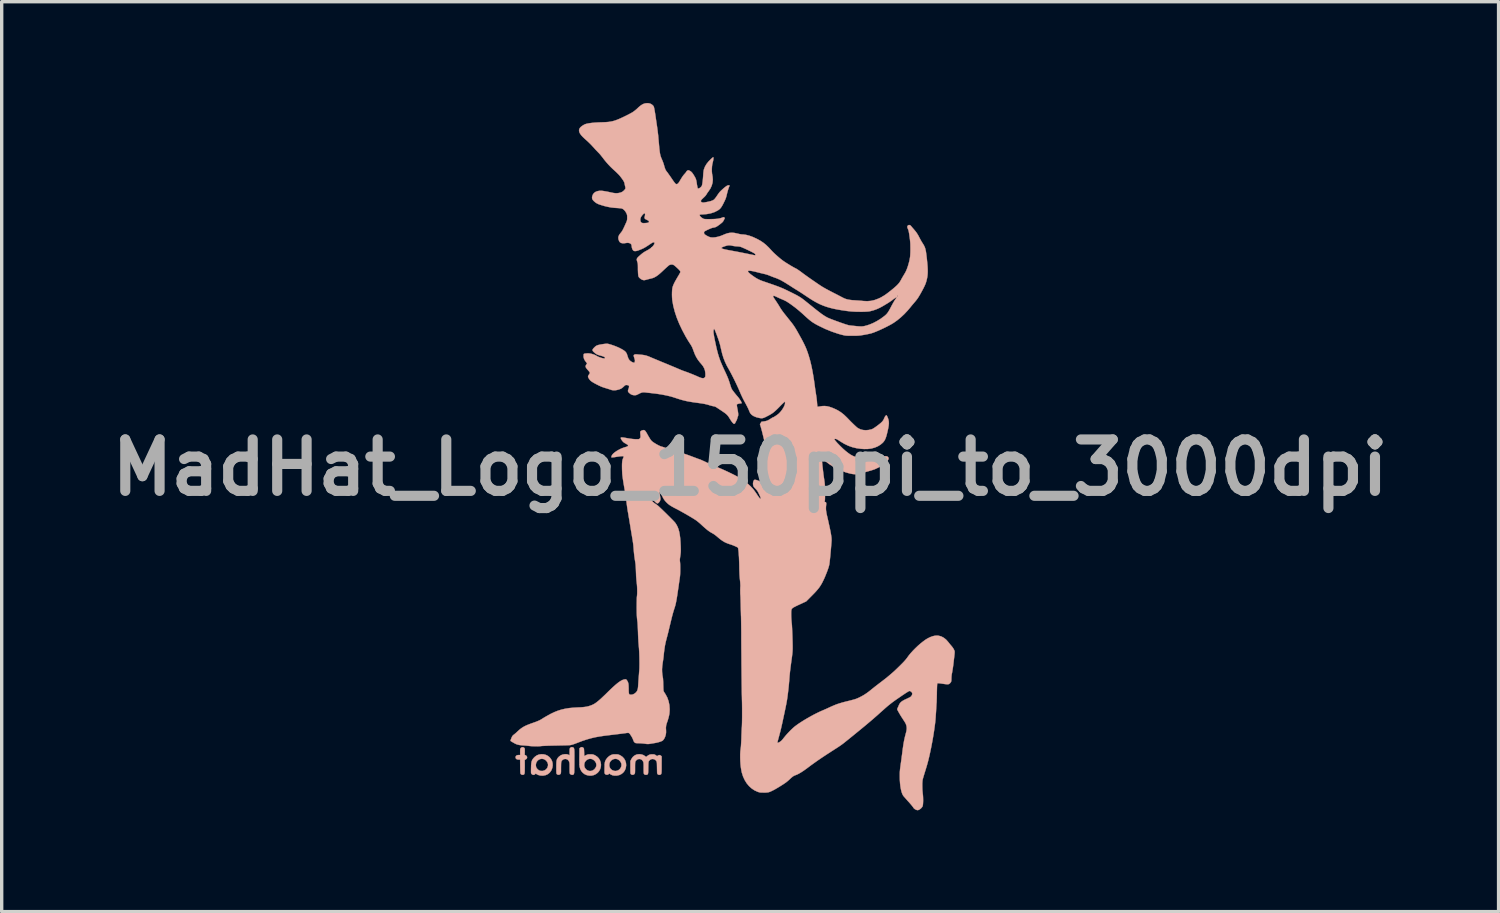
<source format=kicad_pcb>
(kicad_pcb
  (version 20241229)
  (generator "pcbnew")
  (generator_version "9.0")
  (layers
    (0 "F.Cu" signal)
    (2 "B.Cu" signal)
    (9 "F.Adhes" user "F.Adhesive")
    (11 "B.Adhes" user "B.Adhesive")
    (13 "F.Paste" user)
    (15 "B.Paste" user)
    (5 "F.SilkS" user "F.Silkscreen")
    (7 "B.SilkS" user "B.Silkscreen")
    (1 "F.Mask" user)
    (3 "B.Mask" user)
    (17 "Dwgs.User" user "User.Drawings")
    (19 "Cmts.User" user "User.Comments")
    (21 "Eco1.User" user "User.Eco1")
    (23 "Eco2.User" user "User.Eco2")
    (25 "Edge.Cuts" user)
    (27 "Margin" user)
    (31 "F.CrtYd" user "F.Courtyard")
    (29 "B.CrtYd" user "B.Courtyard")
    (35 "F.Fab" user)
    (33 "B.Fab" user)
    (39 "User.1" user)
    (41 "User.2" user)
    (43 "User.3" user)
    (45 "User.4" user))
  (footprint "MadHat_Logo_150ppi_to_3000dpi"
    (layer "F.Cu")
    (at 19.166 10.799)
    (property "Reference" "MadHat_Logo_150ppi_to_3000dpi" (at 0 0 0) (layer "F.Fab") (effects (font (size 1.524 1.524) (thickness 0.3))))
    (attr through_hole)
    (fp_poly (pts (xy -6.778 8.291) (xy -6.791 8.303) (xy -6.8 8.315) (xy -6.806 8.328) (xy -6.809 8.345) (xy -6.811 8.371) (xy -6.811 8.41) (xy -6.811 8.419) (xy -6.811 8.512) (xy -6.858 8.512) (xy -6.899 8.517) (xy -6.928 8.533) (xy -6.944 8.559) (xy -6.947 8.58) (xy -6.94 8.611) (xy -6.919 8.633) (xy -6.885 8.645) (xy -6.859 8.647) (xy -6.812 8.647) (xy -6.81 8.854) (xy -6.809 8.919) (xy -6.808 8.969) (xy -6.807 9.007) (xy -6.805 9.034) (xy -6.803 9.052) (xy -6.8 9.064) (xy -6.795 9.072) (xy -6.79 9.078) (xy -6.762 9.096) (xy -6.729 9.099) (xy -6.712 9.095) (xy -6.701 9.09) (xy -6.692 9.082) (xy -6.685 9.069) (xy -6.68 9.049) (xy -6.677 9.021) (xy -6.675 8.983) (xy -6.675 8.931) (xy -6.674 8.865) (xy -6.674 8.854) (xy -6.675 8.657) (xy -6.644 8.641) (xy -6.618 8.621) (xy -6.606 8.595) (xy -6.607 8.566) (xy -6.621 8.54) (xy -6.648 8.52) (xy -6.649 8.52) (xy -6.676 8.508) (xy -6.674 8.412) (xy -6.674 8.37) (xy -6.674 8.342) (xy -6.676 8.323) (xy -6.681 8.311) (xy -6.688 8.301) (xy -6.691 8.298) (xy -6.718 8.282) (xy -6.749 8.28) (xy -6.778 8.291)) (stroke (width 0.01) (type solid)) (fill yes) (layer "B.SilkS"))
    (fp_poly (pts (xy -6.254 8.498) (xy -6.316 8.522) (xy -6.372 8.562) (xy -6.4 8.589) (xy -6.427 8.619) (xy -6.447 8.648) (xy -6.462 8.678) (xy -6.473 8.712) (xy -6.48 8.753) (xy -6.485 8.804) (xy -6.487 8.868) (xy -6.488 8.894) (xy -6.489 8.949) (xy -6.489 8.99) (xy -6.489 9.019) (xy -6.488 9.039) (xy -6.485 9.053) (xy -6.48 9.062) (xy -6.474 9.071) (xy -6.47 9.075) (xy -6.445 9.094) (xy -6.415 9.101) (xy -6.387 9.094) (xy -6.369 9.079) (xy -6.356 9.066) (xy -6.345 9.065) (xy -6.339 9.069) (xy -6.283 9.1) (xy -6.218 9.118) (xy -6.148 9.123) (xy -6.121 9.121) (xy -6.051 9.106) (xy -5.989 9.077) (xy -5.937 9.034) (xy -5.895 8.977) (xy -5.883 8.956) (xy -5.857 8.887) (xy -5.847 8.818) (xy -5.849 8.783) (xy -5.986 8.783) (xy -5.987 8.833) (xy -6.004 8.884) (xy -6.017 8.905) (xy -6.052 8.944) (xy -6.097 8.97) (xy -6.148 8.984) (xy -6.203 8.982) (xy -6.228 8.976) (xy -6.263 8.959) (xy -6.297 8.93) (xy -6.325 8.896) (xy -6.335 8.877) (xy -6.346 8.829) (xy -6.344 8.778) (xy -6.33 8.73) (xy -6.329 8.728) (xy -6.299 8.683) (xy -6.26 8.651) (xy -6.215 8.631) (xy -6.167 8.624) (xy -6.119 8.631) (xy -6.073 8.652) (xy -6.034 8.686) (xy -6.002 8.733) (xy -5.986 8.783) (xy -5.849 8.783) (xy -5.851 8.751) (xy -5.868 8.688) (xy -5.898 8.631) (xy -5.938 8.58) (xy -5.988 8.539) (xy -6.047 8.509) (xy -6.114 8.491) (xy -6.183 8.488) (xy -6.254 8.498)) (stroke (width 0.01) (type solid)) (fill yes) (layer "B.SilkS"))
    (fp_poly (pts (xy -5.025 8.291) (xy -5.03 8.294) (xy -5.055 8.316) (xy -5.057 8.56) (xy -5.058 8.644) (xy -5.057 8.717) (xy -5.056 8.778) (xy -5.054 8.824) (xy -5.051 8.855) (xy -5.05 8.859) (xy -5.03 8.93) (xy -4.996 8.992) (xy -4.951 9.043) (xy -4.896 9.083) (xy -4.832 9.109) (xy -4.762 9.122) (xy -4.694 9.121) (xy -4.626 9.105) (xy -4.566 9.076) (xy -4.514 9.036) (xy -4.472 8.986) (xy -4.441 8.928) (xy -4.422 8.865) (xy -4.417 8.799) (xy -4.419 8.784) (xy -4.555 8.784) (xy -4.555 8.83) (xy -4.559 8.848) (xy -4.583 8.898) (xy -4.617 8.938) (xy -4.659 8.967) (xy -4.707 8.983) (xy -4.757 8.985) (xy -4.807 8.971) (xy -4.809 8.97) (xy -4.837 8.953) (xy -4.863 8.931) (xy -4.87 8.924) (xy -4.899 8.88) (xy -4.913 8.832) (xy -4.913 8.783) (xy -4.901 8.737) (xy -4.876 8.695) (xy -4.841 8.66) (xy -4.796 8.635) (xy -4.76 8.626) (xy -4.712 8.625) (xy -4.667 8.639) (xy -4.627 8.665) (xy -4.593 8.699) (xy -4.568 8.739) (xy -4.555 8.784) (xy -4.419 8.784) (xy -4.426 8.731) (xy -4.447 8.67) (xy -4.484 8.608) (xy -4.533 8.559) (xy -4.594 8.52) (xy -4.6 8.517) (xy -4.63 8.504) (xy -4.655 8.496) (xy -4.682 8.492) (xy -4.717 8.491) (xy -4.733 8.491) (xy -4.772 8.491) (xy -4.8 8.494) (xy -4.823 8.5) (xy -4.848 8.511) (xy -4.861 8.517) (xy -4.914 8.544) (xy -4.916 8.431) (xy -4.918 8.384) (xy -4.92 8.351) (xy -4.922 8.329) (xy -4.926 8.314) (xy -4.932 8.304) (xy -4.936 8.301) (xy -4.965 8.281) (xy -4.996 8.278) (xy -5.025 8.291)) (stroke (width 0.01) (type solid)) (fill yes) (layer "B.SilkS"))
    (fp_poly (pts (xy -4.033 8.491) (xy -4.062 8.494) (xy -4.087 8.5) (xy -4.113 8.51) (xy -4.126 8.515) (xy -4.178 8.547) (xy -4.226 8.591) (xy -4.266 8.642) (xy -4.289 8.687) (xy -4.296 8.707) (xy -4.301 8.726) (xy -4.305 8.75) (xy -4.308 8.779) (xy -4.31 8.819) (xy -4.311 8.871) (xy -4.312 8.893) (xy -4.313 8.948) (xy -4.313 8.989) (xy -4.313 9.018) (xy -4.311 9.039) (xy -4.308 9.053) (xy -4.304 9.063) (xy -4.298 9.072) (xy -4.297 9.073) (xy -4.273 9.091) (xy -4.243 9.097) (xy -4.211 9.092) (xy -4.19 9.078) (xy -4.171 9.061) (xy -4.139 9.082) (xy -4.084 9.109) (xy -4.024 9.122) (xy -3.956 9.122) (xy -3.939 9.12) (xy -3.868 9.103) (xy -3.806 9.071) (xy -3.754 9.027) (xy -3.713 8.972) (xy -3.686 8.906) (xy -3.682 8.893) (xy -3.672 8.819) (xy -3.672 8.812) (xy -3.81 8.812) (xy -3.818 8.856) (xy -3.836 8.896) (xy -3.863 8.93) (xy -3.897 8.958) (xy -3.938 8.977) (xy -3.982 8.985) (xy -4.03 8.981) (xy -4.079 8.962) (xy -4.09 8.956) (xy -4.13 8.923) (xy -4.156 8.882) (xy -4.17 8.837) (xy -4.171 8.791) (xy -4.161 8.745) (xy -4.139 8.703) (xy -4.107 8.668) (xy -4.065 8.641) (xy -4.029 8.629) (xy -3.977 8.624) (xy -3.93 8.635) (xy -3.886 8.661) (xy -3.864 8.681) (xy -3.832 8.723) (xy -3.814 8.768) (xy -3.81 8.812) (xy -3.672 8.812) (xy -3.677 8.748) (xy -3.697 8.681) (xy -3.731 8.62) (xy -3.778 8.568) (xy -3.838 8.526) (xy -3.856 8.517) (xy -3.885 8.504) (xy -3.909 8.496) (xy -3.934 8.492) (xy -3.967 8.491) (xy -3.992 8.491) (xy -4.033 8.491)) (stroke (width 0.01) (type solid)) (fill yes) (layer "B.SilkS"))
    (fp_poly (pts (xy -5.311 8.287) (xy -5.329 8.302) (xy -5.337 8.312) (xy -5.342 8.324) (xy -5.345 8.343) (xy -5.346 8.371) (xy -5.347 8.412) (xy -5.347 8.42) (xy -5.347 8.519) (xy -5.386 8.502) (xy -5.412 8.492) (xy -5.438 8.488) (xy -5.471 8.487) (xy -5.49 8.488) (xy -5.555 8.499) (xy -5.611 8.522) (xy -5.66 8.559) (xy -5.674 8.573) (xy -5.694 8.596) (xy -5.709 8.618) (xy -5.721 8.642) (xy -5.73 8.67) (xy -5.735 8.705) (xy -5.738 8.749) (xy -5.74 8.805) (xy -5.74 8.875) (xy -5.74 8.878) (xy -5.74 8.938) (xy -5.74 8.984) (xy -5.739 9.018) (xy -5.737 9.041) (xy -5.735 9.057) (xy -5.732 9.068) (xy -5.727 9.075) (xy -5.722 9.08) (xy -5.696 9.095) (xy -5.665 9.098) (xy -5.635 9.088) (xy -5.62 9.075) (xy -5.613 9.067) (xy -5.608 9.058) (xy -5.605 9.045) (xy -5.603 9.027) (xy -5.601 9) (xy -5.601 8.962) (xy -5.601 8.911) (xy -5.601 8.888) (xy -5.6 8.826) (xy -5.599 8.778) (xy -5.597 8.742) (xy -5.593 8.716) (xy -5.586 8.696) (xy -5.577 8.68) (xy -5.565 8.666) (xy -5.557 8.659) (xy -5.526 8.639) (xy -5.488 8.629) (xy -5.452 8.629) (xy -5.447 8.631) (xy -5.409 8.647) (xy -5.381 8.672) (xy -5.365 8.7) (xy -5.358 8.715) (xy -5.354 8.73) (xy -5.35 8.748) (xy -5.348 8.773) (xy -5.347 8.808) (xy -5.347 8.854) (xy -5.347 8.898) (xy -5.347 8.954) (xy -5.346 8.996) (xy -5.345 9.025) (xy -5.343 9.046) (xy -5.34 9.059) (xy -5.336 9.068) (xy -5.33 9.074) (xy -5.328 9.076) (xy -5.298 9.095) (xy -5.267 9.1) (xy -5.249 9.096) (xy -5.239 9.092) (xy -5.231 9.088) (xy -5.224 9.081) (xy -5.219 9.07) (xy -5.215 9.055) (xy -5.211 9.033) (xy -5.209 9.002) (xy -5.208 8.962) (xy -5.207 8.911) (xy -5.206 8.847) (xy -5.205 8.768) (xy -5.205 8.699) (xy -5.205 8.607) (xy -5.204 8.531) (xy -5.205 8.469) (xy -5.205 8.419) (xy -5.207 8.379) (xy -5.209 8.35) (xy -5.213 8.328) (xy -5.218 8.312) (xy -5.224 8.301) (xy -5.231 8.294) (xy -5.24 8.288) (xy -5.248 8.285) (xy -5.28 8.277) (xy -5.311 8.287)) (stroke (width 0.01) (type solid)) (fill yes) (layer "B.SilkS"))
    (fp_poly (pts (xy -3.344 8.494) (xy -3.376 8.503) (xy -3.433 8.533) (xy -3.479 8.575) (xy -3.516 8.63) (xy -3.52 8.637) (xy -3.547 8.693) (xy -3.547 8.878) (xy -3.547 8.938) (xy -3.547 8.984) (xy -3.546 9.018) (xy -3.545 9.041) (xy -3.542 9.057) (xy -3.539 9.068) (xy -3.534 9.075) (xy -3.529 9.08) (xy -3.502 9.096) (xy -3.471 9.099) (xy -3.442 9.088) (xy -3.428 9.076) (xy -3.421 9.068) (xy -3.416 9.059) (xy -3.412 9.046) (xy -3.41 9.029) (xy -3.409 9.003) (xy -3.408 8.967) (xy -3.408 8.918) (xy -3.408 8.885) (xy -3.408 8.828) (xy -3.407 8.784) (xy -3.406 8.753) (xy -3.404 8.73) (xy -3.401 8.715) (xy -3.397 8.703) (xy -3.391 8.692) (xy -3.389 8.689) (xy -3.358 8.655) (xy -3.321 8.635) (xy -3.281 8.629) (xy -3.242 8.635) (xy -3.206 8.656) (xy -3.178 8.689) (xy -3.173 8.698) (xy -3.166 8.712) (xy -3.161 8.726) (xy -3.158 8.743) (xy -3.156 8.766) (xy -3.154 8.798) (xy -3.154 8.84) (xy -3.154 8.897) (xy -3.154 8.899) (xy -3.154 8.956) (xy -3.153 8.998) (xy -3.152 9.028) (xy -3.15 9.049) (xy -3.147 9.063) (xy -3.143 9.072) (xy -3.137 9.079) (xy -3.137 9.079) (xy -3.121 9.092) (xy -3.103 9.097) (xy -3.082 9.098) (xy -3.057 9.096) (xy -3.042 9.089) (xy -3.031 9.076) (xy -3.026 9.065) (xy -3.022 9.05) (xy -3.02 9.026) (xy -3.018 8.992) (xy -3.017 8.946) (xy -3.016 8.887) (xy -3.015 8.829) (xy -3.014 8.785) (xy -3.012 8.753) (xy -3.01 8.729) (xy -3.007 8.713) (xy -3.002 8.7) (xy -2.997 8.69) (xy -2.968 8.656) (xy -2.929 8.635) (xy -2.886 8.629) (xy -2.84 8.637) (xy -2.802 8.661) (xy -2.778 8.69) (xy -2.772 8.701) (xy -2.767 8.714) (xy -2.764 8.731) (xy -2.761 8.754) (xy -2.76 8.786) (xy -2.759 8.83) (xy -2.758 8.876) (xy -2.757 8.927) (xy -2.756 8.974) (xy -2.755 9.013) (xy -2.754 9.042) (xy -2.752 9.055) (xy -2.74 9.079) (xy -2.717 9.095) (xy -2.688 9.1) (xy -2.663 9.095) (xy -2.652 9.09) (xy -2.642 9.084) (xy -2.635 9.075) (xy -2.63 9.062) (xy -2.626 9.042) (xy -2.623 9.013) (xy -2.622 8.975) (xy -2.621 8.924) (xy -2.621 8.859) (xy -2.621 8.806) (xy -2.62 8.553) (xy -2.641 8.533) (xy -2.669 8.515) (xy -2.7 8.514) (xy -2.731 8.527) (xy -2.733 8.529) (xy -2.755 8.546) (xy -2.794 8.518) (xy -2.816 8.504) (xy -2.835 8.496) (xy -2.856 8.492) (xy -2.887 8.491) (xy -2.898 8.491) (xy -2.943 8.493) (xy -2.979 8.502) (xy -3.013 8.518) (xy -3.051 8.545) (xy -3.052 8.546) (xy -3.082 8.569) (xy -3.111 8.545) (xy -3.161 8.513) (xy -3.22 8.494) (xy -3.282 8.487) (xy -3.344 8.494)) (stroke (width 0.01) (type solid)) (fill yes) (layer "B.SilkS"))
    (fp_poly (pts (xy -3.089 -10.791) (xy -3.141 -10.779) (xy -3.192 -10.756) (xy -3.245 -10.721) (xy -3.303 -10.673) (xy -3.317 -10.659) (xy -3.357 -10.622) (xy -3.392 -10.592) (xy -3.424 -10.566) (xy -3.456 -10.542) (xy -3.49 -10.52) (xy -3.531 -10.497) (xy -3.579 -10.471) (xy -3.639 -10.44) (xy -3.679 -10.42) (xy -3.774 -10.374) (xy -3.857 -10.336) (xy -3.931 -10.305) (xy -3.999 -10.28) (xy -4.064 -10.261) (xy -4.127 -10.248) (xy -4.192 -10.238) (xy -4.262 -10.232) (xy -4.339 -10.229) (xy -4.356 -10.228) (xy -4.481 -10.224) (xy -4.592 -10.218) (xy -4.689 -10.209) (xy -4.771 -10.198) (xy -4.837 -10.185) (xy -4.888 -10.17) (xy -4.908 -10.161) (xy -4.956 -10.133) (xy -4.998 -10.103) (xy -5.03 -10.074) (xy -5.05 -10.047) (xy -5.05 -10.047) (xy -5.064 -10.011) (xy -5.066 -9.975) (xy -5.058 -9.936) (xy -5.038 -9.895) (xy -5.006 -9.849) (xy -4.96 -9.799) (xy -4.901 -9.742) (xy -4.849 -9.696) (xy -4.807 -9.658) (xy -4.76 -9.613) (xy -4.712 -9.565) (xy -4.669 -9.518) (xy -4.658 -9.507) (xy -4.62 -9.465) (xy -4.581 -9.421) (xy -4.542 -9.381) (xy -4.51 -9.347) (xy -4.499 -9.336) (xy -4.465 -9.301) (xy -4.428 -9.258) (xy -4.393 -9.214) (xy -4.375 -9.192) (xy -4.32 -9.119) (xy -4.258 -9.044) (xy -4.194 -8.972) (xy -4.132 -8.907) (xy -4.075 -8.852) (xy -4.018 -8.8) (xy -3.972 -8.758) (xy -3.935 -8.722) (xy -3.904 -8.691) (xy -3.878 -8.664) (xy -3.855 -8.637) (xy -3.833 -8.609) (xy -3.817 -8.588) (xy -3.782 -8.54) (xy -3.756 -8.502) (xy -3.739 -8.472) (xy -3.727 -8.445) (xy -3.72 -8.419) (xy -3.717 -8.405) (xy -3.711 -8.373) (xy -3.703 -8.337) (xy -3.699 -8.322) (xy -3.693 -8.293) (xy -3.693 -8.271) (xy -3.701 -8.25) (xy -3.719 -8.226) (xy -3.741 -8.203) (xy -3.785 -8.168) (xy -3.841 -8.144) (xy -3.908 -8.13) (xy -3.937 -8.128) (xy -3.964 -8.126) (xy -3.99 -8.127) (xy -4.018 -8.13) (xy -4.053 -8.135) (xy -4.097 -8.144) (xy -4.153 -8.156) (xy -4.162 -8.158) (xy -4.218 -8.17) (xy -4.273 -8.18) (xy -4.324 -8.189) (xy -4.366 -8.195) (xy -4.391 -8.198) (xy -4.467 -8.198) (xy -4.532 -8.185) (xy -4.587 -8.161) (xy -4.63 -8.126) (xy -4.661 -8.079) (xy -4.678 -8.028) (xy -4.682 -7.991) (xy -4.676 -7.959) (xy -4.659 -7.928) (xy -4.629 -7.895) (xy -4.622 -7.888) (xy -4.582 -7.854) (xy -4.541 -7.827) (xy -4.493 -7.804) (xy -4.434 -7.783) (xy -4.424 -7.78) (xy -4.314 -7.747) (xy -4.213 -7.723) (xy -4.116 -7.705) (xy -4.017 -7.694) (xy -3.941 -7.689) (xy -3.897 -7.686) (xy -3.856 -7.682) (xy -3.823 -7.679) (xy -3.803 -7.675) (xy -3.767 -7.659) (xy -3.73 -7.629) (xy -3.696 -7.589) (xy -3.668 -7.542) (xy -3.655 -7.514) (xy -3.647 -7.49) (xy -3.642 -7.465) (xy -3.641 -7.434) (xy -3.641 -7.406) (xy -3.641 -7.373) (xy -3.642 -7.349) (xy -3.646 -7.327) (xy -3.652 -7.303) (xy -3.663 -7.275) (xy -3.68 -7.237) (xy -3.69 -7.215) (xy -3.719 -7.15) (xy -3.743 -7.099) (xy -3.763 -7.058) (xy -3.78 -7.026) (xy -3.796 -7) (xy -3.811 -6.978) (xy -3.827 -6.958) (xy -3.834 -6.95) (xy -3.872 -6.901) (xy -3.895 -6.856) (xy -3.904 -6.812) (xy -3.9 -6.766) (xy -3.882 -6.715) (xy -3.882 -6.714) (xy -3.86 -6.679) (xy -3.827 -6.656) (xy -3.785 -6.645) (xy -3.731 -6.644) (xy -3.669 -6.654) (xy -3.621 -6.658) (xy -3.578 -6.651) (xy -3.544 -6.635) (xy -3.52 -6.61) (xy -3.51 -6.577) (xy -3.509 -6.569) (xy -3.505 -6.529) (xy -3.494 -6.488) (xy -3.478 -6.453) (xy -3.462 -6.431) (xy -3.438 -6.417) (xy -3.407 -6.412) (xy -3.365 -6.417) (xy -3.313 -6.432) (xy -3.285 -6.443) (xy -3.215 -6.471) (xy -3.153 -6.5) (xy -3.095 -6.533) (xy -3.032 -6.573) (xy -3.008 -6.589) (xy -2.971 -6.614) (xy -2.937 -6.636) (xy -2.91 -6.654) (xy -2.892 -6.664) (xy -2.891 -6.665) (xy -2.865 -6.673) (xy -2.844 -6.671) (xy -2.833 -6.658) (xy -2.832 -6.651) (xy -2.84 -6.618) (xy -2.862 -6.581) (xy -2.896 -6.542) (xy -2.94 -6.503) (xy -2.994 -6.465) (xy -3.05 -6.433) (xy -3.113 -6.399) (xy -3.17 -6.362) (xy -3.225 -6.319) (xy -3.284 -6.267) (xy -3.296 -6.257) (xy -3.328 -6.225) (xy -3.348 -6.199) (xy -3.357 -6.174) (xy -3.356 -6.146) (xy -3.347 -6.111) (xy -3.34 -6.091) (xy -3.333 -6.068) (xy -3.328 -6.045) (xy -3.325 -6.017) (xy -3.324 -5.98) (xy -3.323 -5.931) (xy -3.323 -5.913) (xy -3.323 -5.861) (xy -3.321 -5.809) (xy -3.319 -5.762) (xy -3.316 -5.725) (xy -3.316 -5.718) (xy -3.311 -5.683) (xy -3.305 -5.659) (xy -3.296 -5.642) (xy -3.282 -5.624) (xy -3.275 -5.618) (xy -3.236 -5.585) (xy -3.193 -5.562) (xy -3.151 -5.552) (xy -3.144 -5.551) (xy -3.12 -5.554) (xy -3.087 -5.561) (xy -3.06 -5.569) (xy -3.02 -5.58) (xy -2.976 -5.591) (xy -2.948 -5.598) (xy -2.902 -5.609) (xy -2.859 -5.624) (xy -2.817 -5.644) (xy -2.774 -5.67) (xy -2.727 -5.703) (xy -2.676 -5.745) (xy -2.617 -5.798) (xy -2.563 -5.849) (xy -2.52 -5.889) (xy -2.48 -5.926) (xy -2.445 -5.957) (xy -2.416 -5.982) (xy -2.396 -5.997) (xy -2.39 -6.001) (xy -2.346 -6.015) (xy -2.3 -6.014) (xy -2.27 -6.004) (xy -2.251 -5.992) (xy -2.225 -5.972) (xy -2.195 -5.945) (xy -2.162 -5.915) (xy -2.13 -5.885) (xy -2.102 -5.856) (xy -2.08 -5.831) (xy -2.067 -5.814) (xy -2.065 -5.809) (xy -2.065 -5.798) (xy -2.07 -5.781) (xy -2.081 -5.757) (xy -2.1 -5.724) (xy -2.126 -5.679) (xy -2.141 -5.655) (xy -2.189 -5.573) (xy -2.228 -5.503) (xy -2.258 -5.443) (xy -2.28 -5.392) (xy -2.295 -5.348) (xy -2.296 -5.347) (xy -2.304 -5.306) (xy -2.31 -5.252) (xy -2.313 -5.189) (xy -2.314 -5.121) (xy -2.312 -5.052) (xy -2.308 -4.986) (xy -2.303 -4.946) (xy -2.274 -4.783) (xy -2.23 -4.614) (xy -2.172 -4.439) (xy -2.099 -4.259) (xy -2.011 -4.074) (xy -1.911 -3.886) (xy -1.903 -3.872) (xy -1.875 -3.825) (xy -1.846 -3.776) (xy -1.817 -3.73) (xy -1.794 -3.693) (xy -1.791 -3.69) (xy -1.759 -3.641) (xy -1.735 -3.6) (xy -1.715 -3.562) (xy -1.698 -3.519) (xy -1.679 -3.468) (xy -1.675 -3.457) (xy -1.638 -3.36) (xy -1.596 -3.274) (xy -1.548 -3.196) (xy -1.489 -3.119) (xy -1.447 -3.071) (xy -1.396 -3.006) (xy -1.36 -2.942) (xy -1.337 -2.874) (xy -1.326 -2.798) (xy -1.325 -2.752) (xy -1.326 -2.718) (xy -1.328 -2.696) (xy -1.335 -2.681) (xy -1.345 -2.668) (xy -1.347 -2.667) (xy -1.368 -2.653) (xy -1.394 -2.647) (xy -1.429 -2.651) (xy -1.473 -2.664) (xy -1.528 -2.686) (xy -1.552 -2.697) (xy -1.61 -2.723) (xy -1.677 -2.751) (xy -1.749 -2.78) (xy -1.82 -2.808) (xy -1.885 -2.832) (xy -1.939 -2.851) (xy -1.97 -2.862) (xy -2.011 -2.877) (xy -2.057 -2.896) (xy -2.103 -2.915) (xy -2.104 -2.916) (xy -2.135 -2.929) (xy -2.179 -2.948) (xy -2.235 -2.972) (xy -2.299 -2.998) (xy -2.37 -3.028) (xy -2.444 -3.059) (xy -2.52 -3.09) (xy -2.548 -3.102) (xy -2.623 -3.132) (xy -2.694 -3.162) (xy -2.761 -3.19) (xy -2.822 -3.215) (xy -2.874 -3.237) (xy -2.915 -3.254) (xy -2.944 -3.266) (xy -2.952 -3.27) (xy -3.017 -3.297) (xy -3.073 -3.316) (xy -3.126 -3.329) (xy -3.182 -3.338) (xy -3.221 -3.342) (xy -3.265 -3.346) (xy -3.306 -3.349) (xy -3.34 -3.353) (xy -3.358 -3.354) (xy -3.396 -3.355) (xy -3.426 -3.347) (xy -3.445 -3.333) (xy -3.447 -3.328) (xy -3.447 -3.313) (xy -3.443 -3.288) (xy -3.435 -3.262) (xy -3.421 -3.22) (xy -3.414 -3.189) (xy -3.411 -3.166) (xy -3.413 -3.147) (xy -3.417 -3.133) (xy -3.424 -3.114) (xy -3.434 -3.107) (xy -3.452 -3.109) (xy -3.453 -3.109) (xy -3.491 -3.123) (xy -3.531 -3.146) (xy -3.565 -3.174) (xy -3.573 -3.182) (xy -3.59 -3.205) (xy -3.604 -3.23) (xy -3.617 -3.262) (xy -3.631 -3.304) (xy -3.636 -3.321) (xy -3.649 -3.361) (xy -3.665 -3.395) (xy -3.686 -3.425) (xy -3.715 -3.452) (xy -3.752 -3.479) (xy -3.801 -3.508) (xy -3.863 -3.54) (xy -3.872 -3.545) (xy -3.918 -3.566) (xy -3.971 -3.588) (xy -4.028 -3.61) (xy -4.085 -3.63) (xy -4.139 -3.647) (xy -4.185 -3.66) (xy -4.221 -3.668) (xy -4.227 -3.669) (xy -4.254 -3.669) (xy -4.293 -3.666) (xy -4.34 -3.66) (xy -4.391 -3.652) (xy -4.442 -3.643) (xy -4.488 -3.633) (xy -4.516 -3.625) (xy -4.545 -3.614) (xy -4.57 -3.598) (xy -4.599 -3.574) (xy -4.616 -3.557) (xy -4.644 -3.528) (xy -4.662 -3.503) (xy -4.668 -3.481) (xy -4.663 -3.46) (xy -4.645 -3.437) (xy -4.615 -3.409) (xy -4.572 -3.375) (xy -4.549 -3.36) (xy -4.523 -3.347) (xy -4.491 -3.335) (xy -4.448 -3.322) (xy -4.426 -3.316) (xy -4.373 -3.301) (xy -4.335 -3.287) (xy -4.311 -3.274) (xy -4.3 -3.26) (xy -4.299 -3.246) (xy -4.3 -3.243) (xy -4.307 -3.235) (xy -4.321 -3.233) (xy -4.341 -3.235) (xy -4.382 -3.243) (xy -4.428 -3.257) (xy -4.473 -3.273) (xy -4.514 -3.291) (xy -4.544 -3.307) (xy -4.546 -3.309) (xy -4.583 -3.33) (xy -4.632 -3.35) (xy -4.686 -3.367) (xy -4.74 -3.379) (xy -4.789 -3.384) (xy -4.801 -3.385) (xy -4.837 -3.383) (xy -4.871 -3.38) (xy -4.894 -3.377) (xy -4.915 -3.372) (xy -4.926 -3.364) (xy -4.931 -3.346) (xy -4.932 -3.334) (xy -4.933 -3.279) (xy -4.92 -3.225) (xy -4.892 -3.17) (xy -4.854 -3.12) (xy -4.828 -3.088) (xy -4.85 -3.054) (xy -4.865 -3.029) (xy -4.872 -3.007) (xy -4.871 -2.985) (xy -4.861 -2.96) (xy -4.84 -2.931) (xy -4.809 -2.894) (xy -4.79 -2.873) (xy -4.769 -2.848) (xy -4.753 -2.825) (xy -4.746 -2.809) (xy -4.745 -2.807) (xy -4.75 -2.791) (xy -4.763 -2.769) (xy -4.776 -2.751) (xy -4.793 -2.725) (xy -4.8 -2.704) (xy -4.798 -2.682) (xy -4.785 -2.654) (xy -4.769 -2.628) (xy -4.751 -2.603) (xy -4.731 -2.58) (xy -4.705 -2.558) (xy -4.671 -2.535) (xy -4.628 -2.509) (xy -4.573 -2.479) (xy -4.542 -2.463) (xy -4.472 -2.428) (xy -4.41 -2.4) (xy -4.352 -2.378) (xy -4.305 -2.363) (xy -4.259 -2.349) (xy -4.213 -2.335) (xy -4.172 -2.322) (xy -4.144 -2.312) (xy -4.095 -2.297) (xy -4.05 -2.29) (xy -4.004 -2.29) (xy -3.949 -2.298) (xy -3.941 -2.3) (xy -3.883 -2.315) (xy -3.835 -2.333) (xy -3.794 -2.357) (xy -3.754 -2.391) (xy -3.744 -2.4) (xy -3.718 -2.425) (xy -3.699 -2.439) (xy -3.684 -2.446) (xy -3.666 -2.447) (xy -3.664 -2.447) (xy -3.635 -2.444) (xy -3.61 -2.437) (xy -3.609 -2.437) (xy -3.593 -2.428) (xy -3.587 -2.413) (xy -3.586 -2.396) (xy -3.59 -2.368) (xy -3.599 -2.336) (xy -3.603 -2.327) (xy -3.616 -2.291) (xy -3.618 -2.264) (xy -3.608 -2.24) (xy -3.585 -2.214) (xy -3.54 -2.177) (xy -3.495 -2.155) (xy -3.446 -2.145) (xy -3.427 -2.144) (xy -3.401 -2.145) (xy -3.378 -2.148) (xy -3.354 -2.156) (xy -3.324 -2.171) (xy -3.299 -2.183) (xy -3.254 -2.206) (xy -3.218 -2.22) (xy -3.186 -2.228) (xy -3.152 -2.23) (xy -3.112 -2.228) (xy -3.089 -2.225) (xy -3.047 -2.22) (xy -3.004 -2.215) (xy -2.969 -2.212) (xy -2.963 -2.211) (xy -2.789 -2.191) (xy -2.628 -2.167) (xy -2.48 -2.138) (xy -2.347 -2.107) (xy -2.23 -2.071) (xy -2.216 -2.066) (xy -2.125 -2.036) (xy -2.04 -2.01) (xy -1.956 -1.988) (xy -1.871 -1.968) (xy -1.779 -1.951) (xy -1.678 -1.935) (xy -1.564 -1.919) (xy -1.562 -1.919) (xy -1.481 -1.908) (xy -1.413 -1.898) (xy -1.356 -1.888) (xy -1.307 -1.877) (xy -1.261 -1.866) (xy -1.216 -1.852) (xy -1.214 -1.851) (xy -1.173 -1.839) (xy -1.131 -1.828) (xy -1.096 -1.82) (xy -1.087 -1.818) (xy -1.071 -1.816) (xy -1.058 -1.814) (xy -1.047 -1.811) (xy -1.035 -1.806) (xy -1.02 -1.798) (xy -1 -1.787) (xy -0.974 -1.77) (xy -0.939 -1.747) (xy -0.893 -1.716) (xy -0.856 -1.692) (xy -0.8 -1.654) (xy -0.755 -1.623) (xy -0.72 -1.596) (xy -0.692 -1.571) (xy -0.668 -1.546) (xy -0.646 -1.518) (xy -0.623 -1.484) (xy -0.598 -1.443) (xy -0.593 -1.435) (xy -0.57 -1.399) (xy -0.545 -1.363) (xy -0.522 -1.334) (xy -0.518 -1.33) (xy -0.497 -1.308) (xy -0.484 -1.298) (xy -0.473 -1.296) (xy -0.463 -1.3) (xy -0.449 -1.31) (xy -0.444 -1.318) (xy -0.44 -1.328) (xy -0.43 -1.349) (xy -0.416 -1.375) (xy -0.399 -1.406) (xy -0.387 -1.437) (xy -0.381 -1.457) (xy -0.374 -1.486) (xy -0.365 -1.512) (xy -0.363 -1.514) (xy -0.356 -1.535) (xy -0.353 -1.563) (xy -0.354 -1.6) (xy -0.36 -1.648) (xy -0.37 -1.709) (xy -0.376 -1.737) (xy -0.386 -1.789) (xy -0.392 -1.83) (xy -0.394 -1.857) (xy -0.392 -1.87) (xy -0.38 -1.88) (xy -0.356 -1.889) (xy -0.324 -1.897) (xy -0.291 -1.901) (xy -0.275 -1.902) (xy -0.256 -1.905) (xy -0.25 -1.913) (xy -0.255 -1.93) (xy -0.268 -1.957) (xy -0.288 -1.99) (xy -0.312 -2.027) (xy -0.337 -2.063) (xy -0.363 -2.094) (xy -0.368 -2.101) (xy -0.403 -2.141) (xy -0.439 -2.185) (xy -0.474 -2.229) (xy -0.505 -2.27) (xy -0.53 -2.304) (xy -0.544 -2.326) (xy -0.553 -2.345) (xy -0.565 -2.377) (xy -0.578 -2.416) (xy -0.592 -2.459) (xy -0.592 -2.46) (xy -0.611 -2.522) (xy -0.631 -2.58) (xy -0.652 -2.638) (xy -0.677 -2.699) (xy -0.707 -2.767) (xy -0.743 -2.845) (xy -0.758 -2.876) (xy -0.802 -2.971) (xy -0.84 -3.058) (xy -0.874 -3.138) (xy -0.903 -3.215) (xy -0.929 -3.293) (xy -0.953 -3.373) (xy -0.976 -3.459) (xy -0.999 -3.554) (xy -1.022 -3.661) (xy -1.037 -3.73) (xy -1.054 -3.813) (xy -1.067 -3.881) (xy -1.076 -3.937) (xy -1.083 -3.981) (xy -1.086 -4.016) (xy -1.086 -4.043) (xy -1.084 -4.065) (xy -1.08 -4.081) (xy -1.069 -4.112) (xy -1.055 -4.093) (xy -1.047 -4.079) (xy -1.034 -4.051) (xy -1.019 -4.012) (xy -1 -3.965) (xy -0.981 -3.913) (xy -0.961 -3.858) (xy -0.941 -3.803) (xy -0.923 -3.75) (xy -0.912 -3.714) (xy -0.9 -3.675) (xy -0.887 -3.626) (xy -0.874 -3.571) (xy -0.862 -3.517) (xy -0.859 -3.507) (xy -0.827 -3.371) (xy -0.789 -3.248) (xy -0.743 -3.131) (xy -0.689 -3.017) (xy -0.626 -2.905) (xy -0.598 -2.855) (xy -0.565 -2.793) (xy -0.528 -2.722) (xy -0.488 -2.643) (xy -0.448 -2.562) (xy -0.409 -2.48) (xy -0.372 -2.401) (xy -0.339 -2.328) (xy -0.311 -2.263) (xy -0.311 -2.262) (xy -0.268 -2.163) (xy -0.227 -2.075) (xy -0.186 -1.994) (xy -0.145 -1.919) (xy -0.106 -1.847) (xy -0.07 -1.776) (xy -0.04 -1.711) (xy -0.018 -1.656) (xy -0.017 -1.652) (xy 0.01 -1.603) (xy 0.051 -1.56) (xy 0.108 -1.524) (xy 0.18 -1.494) (xy 0.255 -1.475) (xy 0.298 -1.466) (xy 0.332 -1.463) (xy 0.363 -1.464) (xy 0.394 -1.472) (xy 0.431 -1.486) (xy 0.477 -1.508) (xy 0.484 -1.512) (xy 0.544 -1.543) (xy 0.594 -1.57) (xy 0.639 -1.598) (xy 0.68 -1.626) (xy 0.72 -1.659) (xy 0.764 -1.698) (xy 0.812 -1.744) (xy 0.869 -1.801) (xy 0.873 -1.806) (xy 0.922 -1.856) (xy 0.961 -1.894) (xy 0.99 -1.921) (xy 1.01 -1.939) (xy 1.024 -1.949) (xy 1.031 -1.95) (xy 1.032 -1.949) (xy 1.036 -1.917) (xy 1.029 -1.875) (xy 1.012 -1.828) (xy 0.986 -1.776) (xy 0.953 -1.723) (xy 0.914 -1.67) (xy 0.869 -1.62) (xy 0.854 -1.605) (xy 0.83 -1.584) (xy 0.799 -1.561) (xy 0.765 -1.537) (xy 0.732 -1.516) (xy 0.704 -1.499) (xy 0.683 -1.489) (xy 0.676 -1.487) (xy 0.666 -1.483) (xy 0.645 -1.471) (xy 0.619 -1.454) (xy 0.609 -1.448) (xy 0.563 -1.419) (xy 0.524 -1.398) (xy 0.486 -1.384) (xy 0.444 -1.374) (xy 0.409 -1.368) (xy 0.335 -1.358) (xy 0.313 -1.321) (xy 0.291 -1.283) (xy 0.313 -1.218) (xy 0.32 -1.192) (xy 0.331 -1.152) (xy 0.345 -1.102) (xy 0.36 -1.043) (xy 0.376 -0.979) (xy 0.392 -0.913) (xy 0.408 -0.847) (xy 0.423 -0.784) (xy 0.436 -0.727) (xy 0.447 -0.679) (xy 0.448 -0.675) (xy 0.455 -0.638) (xy 0.462 -0.589) (xy 0.469 -0.53) (xy 0.476 -0.465) (xy 0.483 -0.399) (xy 0.489 -0.335) (xy 0.493 -0.276) (xy 0.496 -0.227) (xy 0.497 -0.199) (xy 0.496 -0.144) (xy 0.492 -0.096) (xy 0.484 -0.049) (xy 0.473 -0.001) (xy 0.46 0.051) (xy 0.449 0.089) (xy 0.439 0.118) (xy 0.428 0.141) (xy 0.414 0.161) (xy 0.397 0.18) (xy 0.387 0.191) (xy 0.36 0.221) (xy 0.346 0.246) (xy 0.343 0.27) (xy 0.351 0.299) (xy 0.367 0.331) (xy 0.385 0.366) (xy 0.407 0.406) (xy 0.421 0.432) (xy 0.434 0.458) (xy 0.442 0.479) (xy 0.444 0.489) (xy 0.444 0.489) (xy 0.432 0.49) (xy 0.408 0.48) (xy 0.373 0.46) (xy 0.336 0.437) (xy 0.282 0.406) (xy 0.227 0.381) (xy 0.176 0.365) (xy 0.155 0.361) (xy 0.133 0.36) (xy 0.119 0.367) (xy 0.11 0.378) (xy 0.091 0.423) (xy 0.085 0.474) (xy 0.089 0.517) (xy 0.096 0.541) (xy 0.104 0.561) (xy 0.119 0.581) (xy 0.142 0.607) (xy 0.157 0.623) (xy 0.194 0.663) (xy 0.223 0.703) (xy 0.249 0.751) (xy 0.254 0.761) (xy 0.282 0.819) (xy 0.301 0.865) (xy 0.312 0.897) (xy 0.314 0.915) (xy 0.313 0.918) (xy 0.306 0.922) (xy 0.296 0.918) (xy 0.281 0.904) (xy 0.26 0.878) (xy 0.233 0.84) (xy 0.203 0.795) (xy 0.173 0.75) (xy 0.141 0.705) (xy 0.111 0.664) (xy 0.085 0.631) (xy 0.075 0.619) (xy 0.008 0.549) (xy -0.072 0.476) (xy -0.163 0.403) (xy -0.262 0.332) (xy -0.271 0.326) (xy -0.304 0.306) (xy -0.35 0.281) (xy -0.406 0.251) (xy -0.471 0.217) (xy -0.542 0.182) (xy -0.616 0.146) (xy -0.69 0.111) (xy -0.764 0.077) (xy -0.833 0.046) (xy -0.896 0.019) (xy -0.949 -0.003) (xy -0.965 -0.009) (xy -1.012 -0.028) (xy -1.069 -0.052) (xy -1.133 -0.08) (xy -1.198 -0.109) (xy -1.26 -0.139) (xy -1.274 -0.145) (xy -1.327 -0.171) (xy -1.377 -0.194) (xy -1.422 -0.214) (xy -1.457 -0.23) (xy -1.482 -0.24) (xy -1.49 -0.243) (xy -1.509 -0.249) (xy -1.54 -0.26) (xy -1.58 -0.275) (xy -1.628 -0.293) (xy -1.678 -0.312) (xy -1.681 -0.313) (xy -1.766 -0.345) (xy -1.839 -0.372) (xy -1.903 -0.394) (xy -1.959 -0.412) (xy -2.012 -0.429) (xy -2.063 -0.443) (xy -2.117 -0.458) (xy -2.123 -0.459) (xy -2.168 -0.472) (xy -2.225 -0.489) (xy -2.288 -0.509) (xy -2.351 -0.53) (xy -2.411 -0.551) (xy -2.463 -0.57) (xy -2.512 -0.587) (xy -2.555 -0.602) (xy -2.588 -0.612) (xy -2.608 -0.619) (xy -2.612 -0.619) (xy -2.649 -0.631) (xy -2.697 -0.651) (xy -2.751 -0.679) (xy -2.808 -0.712) (xy -2.841 -0.733) (xy -2.87 -0.752) (xy -2.894 -0.77) (xy -2.914 -0.788) (xy -2.933 -0.808) (xy -2.952 -0.834) (xy -2.973 -0.866) (xy -2.998 -0.908) (xy -3.029 -0.961) (xy -3.049 -0.998) (xy -3.076 -1.044) (xy -3.098 -1.077) (xy -3.117 -1.098) (xy -3.135 -1.109) (xy -3.155 -1.112) (xy -3.179 -1.109) (xy -3.187 -1.106) (xy -3.214 -1.096) (xy -3.236 -1.083) (xy -3.24 -1.079) (xy -3.249 -1.069) (xy -3.253 -1.057) (xy -3.254 -1.038) (xy -3.252 -1.008) (xy -3.251 -0.997) (xy -3.247 -0.951) (xy -3.246 -0.917) (xy -3.249 -0.894) (xy -3.256 -0.876) (xy -3.267 -0.862) (xy -3.268 -0.861) (xy -3.279 -0.851) (xy -3.291 -0.845) (xy -3.308 -0.842) (xy -3.333 -0.841) (xy -3.371 -0.841) (xy -3.372 -0.841) (xy -3.423 -0.843) (xy -3.476 -0.847) (xy -3.533 -0.854) (xy -3.599 -0.864) (xy -3.677 -0.878) (xy -3.717 -0.885) (xy -3.755 -0.891) (xy -3.786 -0.894) (xy -3.798 -0.895) (xy -3.819 -0.893) (xy -3.829 -0.888) (xy -3.831 -0.876) (xy -3.826 -0.855) (xy -3.811 -0.828) (xy -3.791 -0.798) (xy -3.768 -0.77) (xy -3.746 -0.749) (xy -3.744 -0.748) (xy -3.721 -0.732) (xy -3.691 -0.714) (xy -3.672 -0.704) (xy -3.637 -0.682) (xy -3.617 -0.664) (xy -3.614 -0.647) (xy -3.628 -0.632) (xy -3.658 -0.618) (xy -3.701 -0.606) (xy -3.76 -0.587) (xy -3.823 -0.562) (xy -3.886 -0.53) (xy -3.946 -0.496) (xy -4 -0.459) (xy -4.045 -0.423) (xy -4.077 -0.389) (xy -4.079 -0.386) (xy -4.095 -0.361) (xy -4.106 -0.335) (xy -4.107 -0.328) (xy -4.11 -0.31) (xy -4.104 -0.303) (xy -4.086 -0.302) (xy -4.084 -0.302) (xy -4.062 -0.304) (xy -4.03 -0.308) (xy -3.993 -0.313) (xy -3.983 -0.315) (xy -3.934 -0.323) (xy -3.885 -0.33) (xy -3.84 -0.336) (xy -3.801 -0.339) (xy -3.773 -0.34) (xy -3.759 -0.339) (xy -3.748 -0.329) (xy -3.748 -0.312) (xy -3.758 -0.284) (xy -3.765 -0.27) (xy -3.775 -0.242) (xy -3.784 -0.208) (xy -3.789 -0.166) (xy -3.793 -0.113) (xy -3.794 -0.048) (xy -3.793 0.032) (xy -3.793 0.045) (xy -3.791 0.092) (xy -3.789 0.137) (xy -3.787 0.179) (xy -3.783 0.223) (xy -3.777 0.271) (xy -3.77 0.323) (xy -3.761 0.384) (xy -3.75 0.454) (xy -3.736 0.536) (xy -3.72 0.632) (xy -3.717 0.646) (xy -3.705 0.716) (xy -3.693 0.791) (xy -3.682 0.866) (xy -3.672 0.936) (xy -3.664 0.996) (xy -3.662 1.017) (xy -3.654 1.078) (xy -3.645 1.144) (xy -3.636 1.209) (xy -3.627 1.267) (xy -3.623 1.293) (xy -3.616 1.33) (xy -3.607 1.381) (xy -3.597 1.445) (xy -3.584 1.517) (xy -3.571 1.597) (xy -3.557 1.681) (xy -3.543 1.767) (xy -3.529 1.853) (xy -3.515 1.935) (xy -3.502 2.012) (xy -3.491 2.082) (xy -3.481 2.14) (xy -3.476 2.17) (xy -3.469 2.219) (xy -3.462 2.269) (xy -3.457 2.314) (xy -3.455 2.344) (xy -3.447 2.444) (xy -3.439 2.531) (xy -3.43 2.609) (xy -3.42 2.682) (xy -3.411 2.742) (xy -3.404 2.786) (xy -3.398 2.825) (xy -3.393 2.862) (xy -3.39 2.9) (xy -3.387 2.943) (xy -3.384 2.993) (xy -3.382 3.052) (xy -3.379 3.125) (xy -3.378 3.152) (xy -3.376 3.212) (xy -3.371 3.278) (xy -3.365 3.342) (xy -3.359 3.399) (xy -3.358 3.411) (xy -3.352 3.467) (xy -3.347 3.533) (xy -3.345 3.602) (xy -3.344 3.671) (xy -3.345 3.736) (xy -3.349 3.793) (xy -3.354 3.834) (xy -3.355 3.851) (xy -3.356 3.882) (xy -3.357 3.926) (xy -3.358 3.979) (xy -3.359 4.039) (xy -3.359 4.104) (xy -3.36 4.122) (xy -3.359 4.22) (xy -3.358 4.305) (xy -3.355 4.379) (xy -3.351 4.445) (xy -3.345 4.506) (xy -3.337 4.564) (xy -3.336 4.575) (xy -3.334 4.595) (xy -3.332 4.63) (xy -3.329 4.678) (xy -3.326 4.737) (xy -3.323 4.805) (xy -3.32 4.88) (xy -3.319 4.922) (xy -3.317 4.975) (xy -3.315 5.021) (xy -3.313 5.063) (xy -3.31 5.105) (xy -3.308 5.15) (xy -3.304 5.201) (xy -3.299 5.262) (xy -3.293 5.336) (xy -3.292 5.341) (xy -3.288 5.405) (xy -3.284 5.478) (xy -3.281 5.558) (xy -3.279 5.64) (xy -3.278 5.723) (xy -3.277 5.803) (xy -3.278 5.876) (xy -3.279 5.94) (xy -3.282 5.991) (xy -3.283 6.006) (xy -3.287 6.052) (xy -3.291 6.109) (xy -3.296 6.172) (xy -3.301 6.239) (xy -3.306 6.306) (xy -3.31 6.369) (xy -3.314 6.425) (xy -3.317 6.47) (xy -3.318 6.49) (xy -3.327 6.556) (xy -3.346 6.61) (xy -3.376 6.654) (xy -3.42 6.69) (xy -3.436 6.7) (xy -3.472 6.717) (xy -3.507 6.725) (xy -3.523 6.725) (xy -3.547 6.725) (xy -3.565 6.721) (xy -3.578 6.713) (xy -3.587 6.698) (xy -3.592 6.674) (xy -3.595 6.638) (xy -3.597 6.59) (xy -3.597 6.546) (xy -3.599 6.484) (xy -3.601 6.436) (xy -3.606 6.398) (xy -3.614 6.367) (xy -3.625 6.339) (xy -3.64 6.313) (xy -3.654 6.292) (xy -3.668 6.276) (xy -3.681 6.269) (xy -3.703 6.27) (xy -3.71 6.27) (xy -3.746 6.278) (xy -3.785 6.292) (xy -3.827 6.314) (xy -3.875 6.345) (xy -3.929 6.385) (xy -3.989 6.435) (xy -4.057 6.496) (xy -4.135 6.569) (xy -4.206 6.638) (xy -4.285 6.716) (xy -4.355 6.782) (xy -4.415 6.839) (xy -4.468 6.886) (xy -4.515 6.925) (xy -4.557 6.958) (xy -4.596 6.985) (xy -4.633 7.007) (xy -4.67 7.025) (xy -4.707 7.04) (xy -4.739 7.052) (xy -4.795 7.069) (xy -4.853 7.082) (xy -4.919 7.091) (xy -4.994 7.098) (xy -5.083 7.102) (xy -5.091 7.102) (xy -5.231 7.11) (xy -5.358 7.122) (xy -5.475 7.141) (xy -5.585 7.166) (xy -5.691 7.199) (xy -5.797 7.241) (xy -5.904 7.292) (xy -6.011 7.351) (xy -6.053 7.375) (xy -6.093 7.398) (xy -6.127 7.419) (xy -6.151 7.434) (xy -6.156 7.437) (xy -6.195 7.462) (xy -6.241 7.486) (xy -6.294 7.509) (xy -6.359 7.535) (xy -6.431 7.56) (xy -6.523 7.593) (xy -6.602 7.624) (xy -6.67 7.655) (xy -6.729 7.688) (xy -6.783 7.724) (xy -6.834 7.764) (xy -6.885 7.811) (xy -6.888 7.813) (xy -6.92 7.844) (xy -6.952 7.872) (xy -6.98 7.895) (xy -6.996 7.907) (xy -7.024 7.93) (xy -7.046 7.958) (xy -7.05 7.965) (xy -7.06 7.987) (xy -7.072 8.015) (xy -7.083 8.044) (xy -7.092 8.069) (xy -7.097 8.087) (xy -7.097 8.093) (xy -7.089 8.098) (xy -7.071 8.11) (xy -7.046 8.126) (xy -7.039 8.129) (xy -6.985 8.161) (xy -6.936 8.186) (xy -6.887 8.203) (xy -6.834 8.215) (xy -6.772 8.223) (xy -6.705 8.228) (xy -6.66 8.231) (xy -6.615 8.235) (xy -6.575 8.239) (xy -6.557 8.241) (xy -6.517 8.246) (xy -6.465 8.25) (xy -6.408 8.252) (xy -6.35 8.253) (xy -6.295 8.254) (xy -6.247 8.252) (xy -6.211 8.249) (xy -6.21 8.249) (xy -6.184 8.246) (xy -6.151 8.243) (xy -6.108 8.241) (xy -6.055 8.239) (xy -5.991 8.236) (xy -5.914 8.234) (xy -5.824 8.232) (xy -5.719 8.23) (xy -5.634 8.228) (xy -5.567 8.227) (xy -5.504 8.225) (xy -5.447 8.224) (xy -5.399 8.222) (xy -5.362 8.221) (xy -5.339 8.219) (xy -5.334 8.219) (xy -5.306 8.214) (xy -5.275 8.207) (xy -5.24 8.196) (xy -5.197 8.181) (xy -5.142 8.16) (xy -5.105 8.146) (xy -4.968 8.094) (xy -4.839 8.051) (xy -4.712 8.015) (xy -4.585 7.985) (xy -4.452 7.961) (xy -4.308 7.94) (xy -4.242 7.932) (xy -4.177 7.924) (xy -4.104 7.915) (xy -4.026 7.906) (xy -3.947 7.896) (xy -3.87 7.887) (xy -3.799 7.878) (xy -3.738 7.87) (xy -3.699 7.865) (xy -3.669 7.86) (xy -3.64 7.857) (xy -3.637 7.856) (xy -3.612 7.856) (xy -3.59 7.86) (xy -3.576 7.871) (xy -3.557 7.894) (xy -3.536 7.925) (xy -3.513 7.961) (xy -3.492 7.998) (xy -3.475 8.034) (xy -3.464 8.063) (xy -3.463 8.065) (xy -3.444 8.112) (xy -3.418 8.143) (xy -3.396 8.156) (xy -3.38 8.159) (xy -3.352 8.161) (xy -3.316 8.162) (xy -3.289 8.163) (xy -3.239 8.165) (xy -3.183 8.169) (xy -3.13 8.175) (xy -3.115 8.177) (xy -3.068 8.184) (xy -3.032 8.186) (xy -3.001 8.185) (xy -2.98 8.182) (xy -2.948 8.177) (xy -2.907 8.17) (xy -2.863 8.163) (xy -2.845 8.16) (xy -2.786 8.15) (xy -2.728 8.136) (xy -2.675 8.121) (xy -2.631 8.105) (xy -2.599 8.09) (xy -2.59 8.084) (xy -2.562 8.054) (xy -2.536 8.012) (xy -2.514 7.961) (xy -2.498 7.905) (xy -2.49 7.85) (xy -2.49 7.8) (xy -2.49 7.793) (xy -2.495 7.708) (xy -2.487 7.631) (xy -2.472 7.578) (xy -2.441 7.489) (xy -2.418 7.411) (xy -2.401 7.341) (xy -2.39 7.276) (xy -2.385 7.21) (xy -2.383 7.156) (xy -2.391 7.035) (xy -2.415 6.92) (xy -2.453 6.811) (xy -2.508 6.709) (xy -2.524 6.684) (xy -2.543 6.656) (xy -2.557 6.63) (xy -2.565 6.613) (xy -2.565 6.612) (xy -2.566 6.598) (xy -2.568 6.57) (xy -2.57 6.532) (xy -2.571 6.485) (xy -2.573 6.433) (xy -2.573 6.429) (xy -2.574 6.376) (xy -2.576 6.329) (xy -2.578 6.288) (xy -2.58 6.259) (xy -2.581 6.243) (xy -2.581 6.243) (xy -2.598 6.146) (xy -2.607 6.057) (xy -2.609 5.971) (xy -2.603 5.881) (xy -2.59 5.783) (xy -2.587 5.764) (xy -2.579 5.712) (xy -2.571 5.654) (xy -2.564 5.599) (xy -2.561 5.57) (xy -2.552 5.479) (xy -2.542 5.401) (xy -2.532 5.332) (xy -2.522 5.268) (xy -2.509 5.205) (xy -2.494 5.139) (xy -2.475 5.066) (xy -2.464 5.024) (xy -2.451 4.975) (xy -2.435 4.913) (xy -2.418 4.845) (xy -2.401 4.772) (xy -2.384 4.701) (xy -2.375 4.664) (xy -2.346 4.545) (xy -2.321 4.44) (xy -2.297 4.349) (xy -2.275 4.27) (xy -2.253 4.2) (xy -2.24 4.158) (xy -2.229 4.125) (xy -2.219 4.092) (xy -2.21 4.057) (xy -2.201 4.018) (xy -2.192 3.974) (xy -2.182 3.922) (xy -2.172 3.863) (xy -2.161 3.794) (xy -2.149 3.713) (xy -2.135 3.619) (xy -2.119 3.511) (xy -2.112 3.461) (xy -2.104 3.403) (xy -2.096 3.345) (xy -2.088 3.293) (xy -2.082 3.249) (xy -2.078 3.218) (xy -2.077 3.212) (xy -2.074 3.176) (xy -2.072 3.127) (xy -2.07 3.07) (xy -2.07 3.009) (xy -2.07 2.948) (xy -2.071 2.89) (xy -2.073 2.84) (xy -2.076 2.803) (xy -2.077 2.798) (xy -2.08 2.771) (xy -2.082 2.748) (xy -2.082 2.724) (xy -2.08 2.697) (xy -2.075 2.662) (xy -2.069 2.615) (xy -2.065 2.594) (xy -2.06 2.552) (xy -2.056 2.513) (xy -2.054 2.471) (xy -2.054 2.423) (xy -2.055 2.364) (xy -2.056 2.333) (xy -2.062 2.204) (xy -2.071 2.091) (xy -2.084 1.991) (xy -2.1 1.903) (xy -2.121 1.826) (xy -2.146 1.759) (xy -2.176 1.699) (xy -2.211 1.644) (xy -2.223 1.628) (xy -2.238 1.611) (xy -2.264 1.583) (xy -2.298 1.548) (xy -2.34 1.506) (xy -2.386 1.459) (xy -2.436 1.41) (xy -2.487 1.359) (xy -2.538 1.309) (xy -2.587 1.262) (xy -2.633 1.218) (xy -2.673 1.18) (xy -2.705 1.15) (xy -2.728 1.129) (xy -2.73 1.128) (xy -2.763 1.102) (xy -2.799 1.076) (xy -2.824 1.06) (xy -2.881 1.015) (xy -2.927 0.96) (xy -2.962 0.893) (xy -2.968 0.879) (xy -2.972 0.864) (xy -2.968 0.862) (xy -2.959 0.867) (xy -2.944 0.878) (xy -2.924 0.897) (xy -2.906 0.915) (xy -2.854 0.972) (xy -2.812 1.014) (xy -2.78 1.043) (xy -2.757 1.059) (xy -2.748 1.061) (xy -2.726 1.054) (xy -2.703 1.034) (xy -2.682 1.007) (xy -2.666 0.975) (xy -2.663 0.964) (xy -2.658 0.945) (xy -2.656 0.926) (xy -2.658 0.903) (xy -2.662 0.873) (xy -2.67 0.831) (xy -2.671 0.827) (xy -2.678 0.789) (xy -2.683 0.756) (xy -2.685 0.734) (xy -2.685 0.725) (xy -2.673 0.723) (xy -2.658 0.734) (xy -2.642 0.758) (xy -2.636 0.771) (xy -2.608 0.835) (xy -2.583 0.886) (xy -2.559 0.928) (xy -2.535 0.964) (xy -2.509 0.996) (xy -2.497 1.009) (xy -2.463 1.044) (xy -2.429 1.075) (xy -2.392 1.104) (xy -2.349 1.132) (xy -2.297 1.163) (xy -2.234 1.197) (xy -2.197 1.216) (xy -2.101 1.266) (xy -1.997 1.324) (xy -1.887 1.386) (xy -1.778 1.45) (xy -1.674 1.513) (xy -1.61 1.554) (xy -1.583 1.573) (xy -1.548 1.601) (xy -1.508 1.634) (xy -1.468 1.669) (xy -1.454 1.682) (xy -1.385 1.746) (xy -1.325 1.798) (xy -1.273 1.842) (xy -1.225 1.878) (xy -1.179 1.909) (xy -1.134 1.935) (xy -1.105 1.951) (xy -1.078 1.967) (xy -1.043 1.992) (xy -1.005 2.021) (xy -0.968 2.052) (xy -0.967 2.053) (xy -0.892 2.116) (xy -0.821 2.167) (xy -0.753 2.208) (xy -0.684 2.239) (xy -0.614 2.264) (xy -0.572 2.277) (xy -0.527 2.293) (xy -0.482 2.311) (xy -0.44 2.329) (xy -0.404 2.346) (xy -0.376 2.36) (xy -0.362 2.371) (xy -0.36 2.373) (xy -0.355 2.39) (xy -0.35 2.423) (xy -0.344 2.467) (xy -0.339 2.522) (xy -0.335 2.586) (xy -0.33 2.655) (xy -0.327 2.728) (xy -0.324 2.803) (xy -0.322 2.877) (xy -0.321 2.92) (xy -0.32 3.011) (xy -0.317 3.091) (xy -0.314 3.165) (xy -0.309 3.237) (xy -0.302 3.315) (xy -0.296 3.368) (xy -0.292 3.414) (xy -0.29 3.458) (xy -0.288 3.495) (xy -0.289 3.52) (xy -0.289 3.521) (xy -0.291 3.549) (xy -0.292 3.588) (xy -0.293 3.633) (xy -0.292 3.679) (xy -0.292 3.723) (xy -0.29 3.759) (xy -0.288 3.783) (xy -0.288 3.783) (xy -0.287 3.798) (xy -0.285 3.828) (xy -0.284 3.869) (xy -0.282 3.92) (xy -0.281 3.978) (xy -0.279 4.037) (xy -0.278 4.107) (xy -0.276 4.18) (xy -0.274 4.251) (xy -0.272 4.317) (xy -0.271 4.373) (xy -0.269 4.401) (xy -0.268 4.441) (xy -0.267 4.495) (xy -0.266 4.56) (xy -0.265 4.633) (xy -0.264 4.712) (xy -0.263 4.793) (xy -0.262 4.874) (xy -0.262 4.875) (xy -0.262 5.039) (xy -0.261 5.204) (xy -0.26 5.368) (xy -0.258 5.531) (xy -0.257 5.691) (xy -0.256 5.847) (xy -0.254 5.997) (xy -0.253 6.141) (xy -0.251 6.278) (xy -0.25 6.405) (xy -0.248 6.522) (xy -0.247 6.628) (xy -0.245 6.721) (xy -0.243 6.801) (xy -0.242 6.865) (xy -0.241 6.89) (xy -0.239 6.964) (xy -0.238 7.044) (xy -0.237 7.129) (xy -0.237 7.217) (xy -0.237 7.305) (xy -0.237 7.39) (xy -0.238 7.47) (xy -0.239 7.544) (xy -0.241 7.607) (xy -0.243 7.659) (xy -0.245 7.697) (xy -0.246 7.699) (xy -0.247 7.719) (xy -0.249 7.754) (xy -0.251 7.801) (xy -0.253 7.856) (xy -0.256 7.918) (xy -0.258 7.983) (xy -0.258 7.995) (xy -0.261 8.076) (xy -0.265 8.15) (xy -0.269 8.216) (xy -0.273 8.271) (xy -0.278 8.312) (xy -0.28 8.326) (xy -0.289 8.402) (xy -0.294 8.491) (xy -0.294 8.588) (xy -0.291 8.689) (xy -0.284 8.79) (xy -0.273 8.887) (xy -0.258 8.975) (xy -0.245 9.035) (xy -0.209 9.148) (xy -0.161 9.252) (xy -0.103 9.347) (xy -0.034 9.43) (xy 0.043 9.5) (xy 0.129 9.558) (xy 0.221 9.6) (xy 0.226 9.602) (xy 0.255 9.611) (xy 0.281 9.618) (xy 0.309 9.622) (xy 0.344 9.624) (xy 0.391 9.624) (xy 0.398 9.625) (xy 0.458 9.624) (xy 0.508 9.62) (xy 0.544 9.615) (xy 0.55 9.613) (xy 0.593 9.599) (xy 0.646 9.574) (xy 0.71 9.542) (xy 0.782 9.501) (xy 0.854 9.458) (xy 0.922 9.416) (xy 0.977 9.381) (xy 1.023 9.35) (xy 1.062 9.323) (xy 1.096 9.296) (xy 1.128 9.269) (xy 1.16 9.24) (xy 1.174 9.227) (xy 1.22 9.184) (xy 1.26 9.152) (xy 1.294 9.129) (xy 1.327 9.114) (xy 1.342 9.109) (xy 1.388 9.091) (xy 1.444 9.063) (xy 1.509 9.025) (xy 1.58 8.979) (xy 1.656 8.925) (xy 1.71 8.885) (xy 1.803 8.815) (xy 1.905 8.742) (xy 2.015 8.664) (xy 2.136 8.582) (xy 2.269 8.494) (xy 2.415 8.399) (xy 2.553 8.311) (xy 2.604 8.278) (xy 2.656 8.243) (xy 2.705 8.209) (xy 2.747 8.178) (xy 2.777 8.155) (xy 2.921 8.039) (xy 3.052 7.933) (xy 3.172 7.835) (xy 3.282 7.745) (xy 3.383 7.662) (xy 3.475 7.585) (xy 3.56 7.513) (xy 3.64 7.445) (xy 3.714 7.38) (xy 3.784 7.319) (xy 3.851 7.258) (xy 3.869 7.242) (xy 3.938 7.181) (xy 3.998 7.127) (xy 4.052 7.08) (xy 4.103 7.037) (xy 4.154 6.997) (xy 4.205 6.957) (xy 4.261 6.916) (xy 4.323 6.872) (xy 4.394 6.823) (xy 4.477 6.766) (xy 4.491 6.756) (xy 4.56 6.71) (xy 4.615 6.673) (xy 4.659 6.646) (xy 4.691 6.627) (xy 4.712 6.617) (xy 4.721 6.615) (xy 4.747 6.622) (xy 4.774 6.641) (xy 4.794 6.665) (xy 4.801 6.682) (xy 4.8 6.714) (xy 4.787 6.748) (xy 4.765 6.778) (xy 4.761 6.783) (xy 4.745 6.793) (xy 4.718 6.809) (xy 4.682 6.826) (xy 4.645 6.844) (xy 4.578 6.874) (xy 4.525 6.903) (xy 4.483 6.931) (xy 4.452 6.96) (xy 4.427 6.993) (xy 4.407 7.032) (xy 4.398 7.054) (xy 4.386 7.083) (xy 4.375 7.107) (xy 4.369 7.118) (xy 4.359 7.141) (xy 4.356 7.157) (xy 4.361 7.171) (xy 4.373 7.196) (xy 4.392 7.23) (xy 4.416 7.272) (xy 4.443 7.319) (xy 4.473 7.368) (xy 4.505 7.417) (xy 4.535 7.464) (xy 4.559 7.5) (xy 4.598 7.562) (xy 4.623 7.621) (xy 4.636 7.679) (xy 4.638 7.74) (xy 4.628 7.808) (xy 4.611 7.873) (xy 4.585 7.973) (xy 4.56 8.086) (xy 4.539 8.206) (xy 4.521 8.329) (xy 4.517 8.359) (xy 4.51 8.414) (xy 4.502 8.479) (xy 4.492 8.552) (xy 4.483 8.625) (xy 4.473 8.695) (xy 4.471 8.711) (xy 4.46 8.786) (xy 4.452 8.848) (xy 4.445 8.898) (xy 4.44 8.939) (xy 4.437 8.975) (xy 4.434 9.006) (xy 4.433 9.037) (xy 4.432 9.07) (xy 4.432 9.107) (xy 4.432 9.151) (xy 4.434 9.255) (xy 4.441 9.354) (xy 4.452 9.446) (xy 4.467 9.53) (xy 4.485 9.603) (xy 4.506 9.663) (xy 4.53 9.71) (xy 4.541 9.725) (xy 4.553 9.739) (xy 4.574 9.763) (xy 4.603 9.796) (xy 4.637 9.835) (xy 4.675 9.878) (xy 4.696 9.9) (xy 4.734 9.943) (xy 4.768 9.983) (xy 4.796 10.017) (xy 4.818 10.045) (xy 4.831 10.062) (xy 4.834 10.068) (xy 4.848 10.089) (xy 4.873 10.11) (xy 4.905 10.129) (xy 4.937 10.141) (xy 4.965 10.145) (xy 4.981 10.141) (xy 5.003 10.132) (xy 5.009 10.129) (xy 5.049 10.102) (xy 5.083 10.067) (xy 5.107 10.031) (xy 5.108 10.028) (xy 5.114 10.003) (xy 5.119 9.965) (xy 5.122 9.917) (xy 5.124 9.862) (xy 5.123 9.804) (xy 5.121 9.747) (xy 5.117 9.693) (xy 5.112 9.655) (xy 5.107 9.604) (xy 5.102 9.546) (xy 5.1 9.483) (xy 5.099 9.419) (xy 5.099 9.358) (xy 5.102 9.305) (xy 5.106 9.262) (xy 5.109 9.244) (xy 5.115 9.22) (xy 5.125 9.183) (xy 5.139 9.137) (xy 5.154 9.086) (xy 5.17 9.034) (xy 5.19 8.97) (xy 5.212 8.898) (xy 5.234 8.825) (xy 5.253 8.756) (xy 5.263 8.721) (xy 5.287 8.627) (xy 5.312 8.521) (xy 5.337 8.406) (xy 5.362 8.285) (xy 5.386 8.159) (xy 5.409 8.033) (xy 5.43 7.907) (xy 5.449 7.785) (xy 5.465 7.67) (xy 5.479 7.563) (xy 5.489 7.468) (xy 5.495 7.39) (xy 5.497 7.348) (xy 5.5 7.309) (xy 5.502 7.277) (xy 5.503 7.263) (xy 5.505 7.242) (xy 5.507 7.208) (xy 5.509 7.166) (xy 5.512 7.12) (xy 5.512 7.111) (xy 5.515 7.065) (xy 5.517 7.024) (xy 5.519 6.991) (xy 5.521 6.97) (xy 5.522 6.967) (xy 5.523 6.952) (xy 5.524 6.923) (xy 5.525 6.881) (xy 5.527 6.83) (xy 5.528 6.77) (xy 5.53 6.704) (xy 5.53 6.668) (xy 5.532 6.586) (xy 5.534 6.519) (xy 5.536 6.468) (xy 5.538 6.43) (xy 5.541 6.404) (xy 5.544 6.39) (xy 5.545 6.387) (xy 5.558 6.385) (xy 5.584 6.386) (xy 5.626 6.39) (xy 5.684 6.398) (xy 5.705 6.401) (xy 5.765 6.41) (xy 5.812 6.415) (xy 5.847 6.417) (xy 5.874 6.414) (xy 5.894 6.407) (xy 5.911 6.394) (xy 5.928 6.376) (xy 5.936 6.365) (xy 5.947 6.35) (xy 5.954 6.335) (xy 5.958 6.317) (xy 5.96 6.292) (xy 5.961 6.255) (xy 5.961 6.244) (xy 5.963 6.201) (xy 5.966 6.161) (xy 5.97 6.128) (xy 5.972 6.115) (xy 5.98 6.079) (xy 5.988 6.029) (xy 5.998 5.971) (xy 6.008 5.906) (xy 6.017 5.839) (xy 6.025 5.773) (xy 6.028 5.747) (xy 6.033 5.702) (xy 6.038 5.66) (xy 6.042 5.625) (xy 6.045 5.602) (xy 6.045 5.599) (xy 6.048 5.576) (xy 6.051 5.543) (xy 6.055 5.507) (xy 6.055 5.504) (xy 6.057 5.47) (xy 6.057 5.445) (xy 6.051 5.424) (xy 6.041 5.399) (xy 6.034 5.386) (xy 6.015 5.351) (xy 5.989 5.314) (xy 5.963 5.282) (xy 5.938 5.253) (xy 5.907 5.216) (xy 5.876 5.177) (xy 5.863 5.16) (xy 5.801 5.091) (xy 5.733 5.038) (xy 5.661 5) (xy 5.583 4.979) (xy 5.549 4.975) (xy 5.482 4.977) (xy 5.409 4.993) (xy 5.33 5.022) (xy 5.249 5.063) (xy 5.188 5.101) (xy 5.119 5.152) (xy 5.044 5.212) (xy 4.968 5.278) (xy 4.894 5.349) (xy 4.822 5.422) (xy 4.758 5.493) (xy 4.703 5.559) (xy 4.669 5.606) (xy 4.645 5.639) (xy 4.619 5.672) (xy 4.589 5.708) (xy 4.553 5.748) (xy 4.508 5.795) (xy 4.453 5.85) (xy 4.437 5.866) (xy 4.352 5.949) (xy 4.27 6.027) (xy 4.187 6.1) (xy 4.101 6.173) (xy 4.008 6.249) (xy 3.904 6.329) (xy 3.861 6.362) (xy 3.807 6.403) (xy 3.75 6.447) (xy 3.693 6.491) (xy 3.641 6.533) (xy 3.597 6.567) (xy 3.59 6.574) (xy 3.512 6.636) (xy 3.44 6.688) (xy 3.371 6.733) (xy 3.301 6.773) (xy 3.228 6.81) (xy 3.193 6.826) (xy 3.161 6.84) (xy 3.128 6.852) (xy 3.091 6.864) (xy 3.048 6.876) (xy 2.995 6.89) (xy 2.93 6.907) (xy 2.908 6.912) (xy 2.815 6.935) (xy 2.735 6.956) (xy 2.665 6.977) (xy 2.601 6.997) (xy 2.54 7.019) (xy 2.479 7.044) (xy 2.414 7.072) (xy 2.342 7.105) (xy 2.316 7.117) (xy 2.271 7.138) (xy 2.22 7.16) (xy 2.173 7.181) (xy 2.159 7.187) (xy 2.076 7.223) (xy 1.984 7.267) (xy 1.887 7.316) (xy 1.788 7.37) (xy 1.689 7.426) (xy 1.593 7.483) (xy 1.503 7.54) (xy 1.421 7.594) (xy 1.351 7.645) (xy 1.317 7.671) (xy 1.271 7.711) (xy 1.219 7.76) (xy 1.164 7.815) (xy 1.109 7.873) (xy 1.059 7.929) (xy 1.017 7.98) (xy 1.008 7.991) (xy 0.982 8.024) (xy 0.958 8.054) (xy 0.938 8.076) (xy 0.928 8.087) (xy 0.896 8.112) (xy 0.866 8.132) (xy 0.84 8.144) (xy 0.82 8.148) (xy 0.81 8.142) (xy 0.809 8.137) (xy 0.811 8.126) (xy 0.817 8.101) (xy 0.826 8.066) (xy 0.838 8.022) (xy 0.851 7.973) (xy 0.852 7.97) (xy 0.867 7.913) (xy 0.881 7.861) (xy 0.894 7.812) (xy 0.906 7.764) (xy 0.918 7.714) (xy 0.93 7.659) (xy 0.944 7.598) (xy 0.96 7.527) (xy 0.977 7.445) (xy 0.998 7.349) (xy 0.999 7.343) (xy 1.019 7.251) (xy 1.035 7.173) (xy 1.049 7.107) (xy 1.06 7.051) (xy 1.07 7.002) (xy 1.078 6.959) (xy 1.085 6.919) (xy 1.092 6.879) (xy 1.098 6.838) (xy 1.105 6.793) (xy 1.105 6.793) (xy 1.112 6.735) (xy 1.121 6.665) (xy 1.13 6.588) (xy 1.139 6.508) (xy 1.147 6.429) (xy 1.153 6.357) (xy 1.159 6.295) (xy 1.16 6.272) (xy 1.168 6.169) (xy 1.18 6.05) (xy 1.196 5.918) (xy 1.215 5.773) (xy 1.219 5.743) (xy 1.23 5.665) (xy 1.239 5.6) (xy 1.245 5.547) (xy 1.25 5.503) (xy 1.254 5.464) (xy 1.256 5.43) (xy 1.258 5.395) (xy 1.259 5.359) (xy 1.259 5.324) (xy 1.259 5.284) (xy 1.258 5.232) (xy 1.257 5.172) (xy 1.255 5.105) (xy 1.253 5.035) (xy 1.251 4.963) (xy 1.248 4.893) (xy 1.245 4.826) (xy 1.243 4.766) (xy 1.24 4.716) (xy 1.238 4.677) (xy 1.236 4.652) (xy 1.236 4.651) (xy 1.228 4.579) (xy 1.222 4.506) (xy 1.218 4.435) (xy 1.216 4.369) (xy 1.216 4.31) (xy 1.217 4.26) (xy 1.221 4.222) (xy 1.227 4.2) (xy 1.233 4.186) (xy 1.243 4.173) (xy 1.256 4.161) (xy 1.276 4.147) (xy 1.303 4.131) (xy 1.34 4.112) (xy 1.388 4.088) (xy 1.45 4.059) (xy 1.479 4.046) (xy 1.66 3.962) (xy 1.825 3.796) (xy 1.894 3.726) (xy 1.952 3.664) (xy 2 3.608) (xy 2.042 3.556) (xy 2.077 3.505) (xy 2.109 3.453) (xy 2.14 3.397) (xy 2.154 3.368) (xy 2.187 3.301) (xy 2.219 3.228) (xy 2.249 3.154) (xy 2.278 3.081) (xy 2.303 3.012) (xy 2.324 2.95) (xy 2.338 2.899) (xy 2.345 2.869) (xy 2.349 2.842) (xy 2.354 2.8) (xy 2.36 2.747) (xy 2.367 2.683) (xy 2.374 2.613) (xy 2.381 2.537) (xy 2.388 2.458) (xy 2.395 2.379) (xy 2.401 2.303) (xy 2.407 2.23) (xy 2.412 2.166) (xy 2.412 2.136) (xy 2.411 2.101) (xy 2.407 2.06) (xy 2.4 2.011) (xy 2.391 1.952) (xy 2.378 1.884) (xy 2.362 1.805) (xy 2.342 1.713) (xy 2.319 1.608) (xy 2.292 1.488) (xy 2.28 1.438) (xy 2.264 1.367) (xy 2.254 1.308) (xy 2.247 1.257) (xy 2.245 1.21) (xy 2.246 1.163) (xy 2.251 1.112) (xy 2.251 1.106) (xy 2.255 1.065) (xy 2.251 1.039) (xy 2.241 1.024) (xy 2.224 1.019) (xy 2.22 1.019) (xy 2.21 1.017) (xy 2.207 1.009) (xy 2.209 0.991) (xy 2.211 0.983) (xy 2.215 0.954) (xy 2.217 0.912) (xy 2.218 0.857) (xy 2.218 0.792) (xy 2.216 0.721) (xy 2.215 0.697) (xy 2.214 0.653) (xy 2.213 0.605) (xy 2.214 0.563) (xy 2.214 0.562) (xy 2.213 0.529) (xy 2.21 0.485) (xy 2.205 0.435) (xy 2.198 0.385) (xy 2.197 0.38) (xy 2.191 0.335) (xy 2.185 0.299) (xy 2.181 0.268) (xy 2.177 0.24) (xy 2.173 0.212) (xy 2.169 0.181) (xy 2.165 0.144) (xy 2.159 0.099) (xy 2.153 0.041) (xy 2.146 -0.012) (xy 2.139 -0.075) (xy 2.134 -0.131) (xy 2.129 -0.179) (xy 2.127 -0.215) (xy 2.126 -0.239) (xy 2.127 -0.247) (xy 2.135 -0.252) (xy 2.148 -0.248) (xy 2.17 -0.236) (xy 2.201 -0.214) (xy 2.242 -0.181) (xy 2.248 -0.176) (xy 2.351 -0.099) (xy 2.465 -0.027) (xy 2.585 0.038) (xy 2.709 0.094) (xy 2.831 0.14) (xy 2.95 0.173) (xy 2.982 0.18) (xy 3.03 0.189) (xy 3.073 0.194) (xy 3.114 0.196) (xy 3.156 0.193) (xy 3.203 0.187) (xy 3.257 0.175) (xy 3.32 0.158) (xy 3.393 0.138) (xy 3.443 0.123) (xy 3.495 0.109) (xy 3.542 0.095) (xy 3.58 0.085) (xy 3.586 0.083) (xy 3.692 0.048) (xy 3.792 0.001) (xy 3.889 -0.058) (xy 3.973 -0.12) (xy 4.025 -0.164) (xy 4.063 -0.201) (xy 4.088 -0.232) (xy 4.1 -0.26) (xy 4.1 -0.284) (xy 4.089 -0.307) (xy 4.083 -0.314) (xy 4.064 -0.329) (xy 4.04 -0.337) (xy 4.006 -0.339) (xy 3.968 -0.335) (xy 3.931 -0.33) (xy 3.889 -0.325) (xy 3.869 -0.323) (xy 3.833 -0.318) (xy 3.791 -0.311) (xy 3.759 -0.305) (xy 3.696 -0.292) (xy 3.646 -0.282) (xy 3.605 -0.276) (xy 3.569 -0.272) (xy 3.536 -0.27) (xy 3.5 -0.27) (xy 3.459 -0.272) (xy 3.384 -0.277) (xy 3.304 -0.286) (xy 3.225 -0.298) (xy 3.152 -0.312) (xy 3.091 -0.328) (xy 3.09 -0.328) (xy 3.035 -0.351) (xy 2.971 -0.386) (xy 2.901 -0.435) (xy 2.826 -0.494) (xy 2.747 -0.564) (xy 2.666 -0.643) (xy 2.582 -0.73) (xy 2.573 -0.741) (xy 2.544 -0.773) (xy 2.52 -0.802) (xy 2.503 -0.825) (xy 2.494 -0.838) (xy 2.494 -0.84) (xy 2.501 -0.849) (xy 2.519 -0.852) (xy 2.543 -0.849) (xy 2.569 -0.84) (xy 2.572 -0.838) (xy 2.591 -0.828) (xy 2.619 -0.81) (xy 2.652 -0.789) (xy 2.671 -0.776) (xy 2.787 -0.706) (xy 2.903 -0.65) (xy 3.023 -0.607) (xy 3.148 -0.576) (xy 3.282 -0.557) (xy 3.374 -0.551) (xy 3.484 -0.552) (xy 3.59 -0.566) (xy 3.69 -0.593) (xy 3.781 -0.631) (xy 3.862 -0.681) (xy 3.925 -0.734) (xy 3.95 -0.761) (xy 3.972 -0.791) (xy 3.992 -0.824) (xy 4.01 -0.864) (xy 4.027 -0.911) (xy 4.044 -0.969) (xy 4.061 -1.038) (xy 4.08 -1.121) (xy 4.09 -1.169) (xy 4.103 -1.245) (xy 4.109 -1.309) (xy 4.107 -1.365) (xy 4.097 -1.418) (xy 4.081 -1.467) (xy 4.068 -1.498) (xy 4.056 -1.524) (xy 4.048 -1.54) (xy 4.047 -1.54) (xy 4.039 -1.55) (xy 4.03 -1.549) (xy 4.015 -1.538) (xy 4 -1.52) (xy 3.984 -1.491) (xy 3.97 -1.46) (xy 3.951 -1.417) (xy 3.927 -1.381) (xy 3.9 -1.351) (xy 3.868 -1.321) (xy 3.828 -1.288) (xy 3.784 -1.254) (xy 3.739 -1.22) (xy 3.695 -1.189) (xy 3.655 -1.163) (xy 3.623 -1.145) (xy 3.606 -1.137) (xy 3.515 -1.115) (xy 3.426 -1.107) (xy 3.342 -1.114) (xy 3.265 -1.134) (xy 3.195 -1.169) (xy 3.187 -1.174) (xy 3.163 -1.192) (xy 3.13 -1.222) (xy 3.088 -1.261) (xy 3.038 -1.309) (xy 2.982 -1.364) (xy 2.922 -1.426) (xy 2.866 -1.484) (xy 2.778 -1.568) (xy 2.688 -1.639) (xy 2.593 -1.698) (xy 2.523 -1.733) (xy 2.432 -1.772) (xy 2.35 -1.8) (xy 2.275 -1.818) (xy 2.204 -1.825) (xy 2.134 -1.822) (xy 2.076 -1.813) (xy 2.041 -1.807) (xy 2.013 -1.804) (xy 1.997 -1.805) (xy 1.994 -1.806) (xy 1.991 -1.817) (xy 1.988 -1.841) (xy 1.985 -1.875) (xy 1.982 -1.912) (xy 1.979 -1.955) (xy 1.973 -2.01) (xy 1.966 -2.07) (xy 1.957 -2.13) (xy 1.952 -2.162) (xy 1.943 -2.221) (xy 1.933 -2.284) (xy 1.924 -2.346) (xy 1.917 -2.4) (xy 1.914 -2.423) (xy 1.893 -2.576) (xy 1.869 -2.727) (xy 1.843 -2.874) (xy 1.815 -3.011) (xy 1.785 -3.138) (xy 1.761 -3.227) (xy 1.732 -3.324) (xy 1.703 -3.412) (xy 1.673 -3.494) (xy 1.64 -3.574) (xy 1.602 -3.655) (xy 1.558 -3.742) (xy 1.507 -3.838) (xy 1.49 -3.867) (xy 1.447 -3.945) (xy 1.41 -4.011) (xy 1.379 -4.066) (xy 1.351 -4.113) (xy 1.325 -4.155) (xy 1.299 -4.194) (xy 1.273 -4.232) (xy 1.244 -4.271) (xy 1.211 -4.313) (xy 1.172 -4.362) (xy 1.126 -4.419) (xy 1.101 -4.451) (xy 1.048 -4.517) (xy 1.004 -4.572) (xy 0.968 -4.62) (xy 0.938 -4.661) (xy 0.912 -4.7) (xy 0.888 -4.737) (xy 0.868 -4.772) (xy 0.85 -4.801) (xy 0.826 -4.84) (xy 0.797 -4.884) (xy 0.767 -4.93) (xy 0.751 -4.953) (xy 0.722 -4.997) (xy 0.701 -5.028) (xy 0.688 -5.051) (xy 0.682 -5.065) (xy 0.68 -5.075) (xy 0.683 -5.08) (xy 0.686 -5.082) (xy 0.693 -5.087) (xy 0.701 -5.089) (xy 0.712 -5.088) (xy 0.73 -5.081) (xy 0.756 -5.07) (xy 0.794 -5.052) (xy 0.809 -5.045) (xy 0.853 -5.025) (xy 0.902 -5.003) (xy 0.947 -4.984) (xy 0.961 -4.978) (xy 1.011 -4.956) (xy 1.059 -4.932) (xy 1.108 -4.903) (xy 1.163 -4.866) (xy 1.211 -4.833) (xy 1.334 -4.742) (xy 1.447 -4.65) (xy 1.56 -4.551) (xy 1.574 -4.538) (xy 1.641 -4.476) (xy 1.698 -4.425) (xy 1.748 -4.382) (xy 1.793 -4.346) (xy 1.836 -4.314) (xy 1.879 -4.286) (xy 1.925 -4.258) (xy 1.975 -4.23) (xy 2.029 -4.202) (xy 2.225 -4.107) (xy 2.42 -4.028) (xy 2.612 -3.963) (xy 2.722 -3.933) (xy 2.76 -3.924) (xy 2.79 -3.917) (xy 2.818 -3.912) (xy 2.845 -3.909) (xy 2.875 -3.907) (xy 2.913 -3.906) (xy 2.96 -3.905) (xy 3.02 -3.905) (xy 3.027 -3.905) (xy 3.092 -3.905) (xy 3.144 -3.906) (xy 3.188 -3.908) (xy 3.227 -3.911) (xy 3.266 -3.915) (xy 3.308 -3.922) (xy 3.359 -3.93) (xy 3.37 -3.932) (xy 3.425 -3.942) (xy 3.481 -3.953) (xy 3.532 -3.964) (xy 3.575 -3.974) (xy 3.596 -3.98) (xy 3.651 -3.998) (xy 3.717 -4.024) (xy 3.792 -4.055) (xy 3.872 -4.091) (xy 3.954 -4.129) (xy 4.035 -4.169) (xy 4.112 -4.209) (xy 4.182 -4.247) (xy 4.242 -4.283) (xy 4.256 -4.292) (xy 4.359 -4.365) (xy 4.464 -4.452) (xy 4.568 -4.549) (xy 4.667 -4.655) (xy 4.738 -4.739) (xy 4.772 -4.781) (xy 4.811 -4.828) (xy 4.849 -4.873) (xy 4.868 -4.895) (xy 4.902 -4.935) (xy 4.931 -4.972) (xy 4.958 -5.008) (xy 4.983 -5.046) (xy 4.343 -5.046) (xy 4.342 -5.042) (xy 4.334 -5.029) (xy 4.319 -5.008) (xy 4.3 -4.981) (xy 4.295 -4.974) (xy 4.278 -4.949) (xy 4.256 -4.912) (xy 4.23 -4.867) (xy 4.203 -4.817) (xy 4.175 -4.766) (xy 4.175 -4.764) (xy 4.141 -4.7) (xy 4.113 -4.649) (xy 4.087 -4.609) (xy 4.064 -4.575) (xy 4.039 -4.546) (xy 4.013 -4.52) (xy 3.981 -4.493) (xy 3.967 -4.482) (xy 3.865 -4.407) (xy 3.756 -4.34) (xy 3.643 -4.281) (xy 3.532 -4.235) (xy 3.454 -4.21) (xy 3.41 -4.198) (xy 3.372 -4.189) (xy 3.336 -4.184) (xy 3.299 -4.181) (xy 3.257 -4.182) (xy 3.206 -4.185) (xy 3.144 -4.19) (xy 3.12 -4.193) (xy 3.069 -4.198) (xy 3.019 -4.203) (xy 2.974 -4.208) (xy 2.94 -4.213) (xy 2.931 -4.214) (xy 2.908 -4.219) (xy 2.871 -4.23) (xy 2.822 -4.245) (xy 2.763 -4.265) (xy 2.696 -4.288) (xy 2.624 -4.314) (xy 2.547 -4.342) (xy 2.469 -4.371) (xy 2.39 -4.401) (xy 2.355 -4.415) (xy 2.312 -4.433) (xy 2.268 -4.455) (xy 2.22 -4.483) (xy 2.167 -4.517) (xy 2.108 -4.558) (xy 2.042 -4.608) (xy 1.966 -4.667) (xy 1.879 -4.736) (xy 1.867 -4.746) (xy 1.819 -4.785) (xy 1.769 -4.825) (xy 1.72 -4.865) (xy 1.677 -4.899) (xy 1.65 -4.921) (xy 1.599 -4.962) (xy 1.553 -4.997) (xy 1.509 -5.028) (xy 1.465 -5.056) (xy 1.418 -5.084) (xy 1.364 -5.114) (xy 1.301 -5.146) (xy 1.225 -5.184) (xy 1.224 -5.185) (xy 1.161 -5.215) (xy 1.107 -5.242) (xy 1.059 -5.265) (xy 1.014 -5.286) (xy 0.973 -5.305) (xy 0.931 -5.322) (xy 0.889 -5.34) (xy 0.843 -5.358) (xy 0.793 -5.376) (xy 0.737 -5.397) (xy 0.671 -5.42) (xy 0.596 -5.446) (xy 0.509 -5.476) (xy 0.408 -5.511) (xy 0.377 -5.521) (xy 0.301 -5.55) (xy 0.234 -5.581) (xy 0.168 -5.619) (xy 0.121 -5.65) (xy 0.062 -5.692) (xy 0.012 -5.729) (xy -0.025 -5.762) (xy -0.051 -5.788) (xy -0.063 -5.807) (xy -0.063 -5.811) (xy -0.062 -5.822) (xy -0.056 -5.828) (xy -0.04 -5.83) (xy -0.012 -5.831) (xy -0.01 -5.831) (xy 0.028 -5.827) (xy 0.081 -5.818) (xy 0.151 -5.802) (xy 0.191 -5.792) (xy 0.246 -5.778) (xy 0.302 -5.764) (xy 0.354 -5.752) (xy 0.398 -5.741) (xy 0.419 -5.737) (xy 0.465 -5.725) (xy 0.517 -5.709) (xy 0.566 -5.691) (xy 0.58 -5.685) (xy 0.626 -5.666) (xy 0.679 -5.646) (xy 0.73 -5.627) (xy 0.745 -5.622) (xy 0.789 -5.606) (xy 0.833 -5.587) (xy 0.879 -5.566) (xy 0.928 -5.541) (xy 0.982 -5.51) (xy 1.043 -5.474) (xy 1.113 -5.43) (xy 1.194 -5.379) (xy 1.266 -5.332) (xy 1.297 -5.313) (xy 1.336 -5.288) (xy 1.379 -5.262) (xy 1.408 -5.244) (xy 1.439 -5.224) (xy 1.482 -5.197) (xy 1.532 -5.165) (xy 1.587 -5.128) (xy 1.643 -5.091) (xy 1.683 -5.064) (xy 1.786 -4.996) (xy 1.882 -4.937) (xy 1.975 -4.885) (xy 2.067 -4.839) (xy 2.16 -4.8) (xy 2.256 -4.765) (xy 2.356 -4.735) (xy 2.464 -4.708) (xy 2.582 -4.684) (xy 2.711 -4.662) (xy 2.854 -4.641) (xy 2.93 -4.632) (xy 2.99 -4.625) (xy 3.059 -4.621) (xy 3.134 -4.617) (xy 3.212 -4.616) (xy 3.29 -4.615) (xy 3.364 -4.616) (xy 3.432 -4.619) (xy 3.49 -4.623) (xy 3.536 -4.629) (xy 3.552 -4.632) (xy 3.658 -4.66) (xy 3.758 -4.697) (xy 3.835 -4.732) (xy 3.879 -4.755) (xy 3.929 -4.783) (xy 3.983 -4.815) (xy 4.038 -4.848) (xy 4.092 -4.881) (xy 4.14 -4.913) (xy 4.181 -4.941) (xy 4.212 -4.963) (xy 4.221 -4.971) (xy 4.243 -4.989) (xy 4.268 -5.006) (xy 4.294 -5.023) (xy 4.317 -5.036) (xy 4.334 -5.044) (xy 4.343 -5.046) (xy 4.983 -5.046) (xy 4.984 -5.047) (xy 5.011 -5.092) (xy 5.019 -5.105) (xy 4.376 -5.105) (xy 4.375 -5.095) (xy 4.369 -5.08) (xy 4.359 -5.067) (xy 4.352 -5.063) (xy 4.35 -5.063) (xy 4.351 -5.073) (xy 4.358 -5.09) (xy 4.359 -5.09) (xy 4.368 -5.104) (xy 4.375 -5.106) (xy 4.376 -5.105) (xy 5.019 -5.105) (xy 5.042 -5.145) (xy 5.078 -5.21) (xy 5.086 -5.225) (xy 5.123 -5.293) (xy 5.152 -5.351) (xy 5.175 -5.4) (xy 5.194 -5.444) (xy 5.209 -5.487) (xy 5.222 -5.531) (xy 5.228 -5.555) (xy 5.241 -5.613) (xy 5.251 -5.672) (xy 5.257 -5.734) (xy 5.26 -5.801) (xy 5.259 -5.875) (xy 5.255 -5.958) (xy 5.247 -6.053) (xy 5.236 -6.162) (xy 5.233 -6.191) (xy 5.223 -6.274) (xy 5.214 -6.344) (xy 5.206 -6.401) (xy 5.196 -6.449) (xy 5.186 -6.489) (xy 5.174 -6.525) (xy 5.159 -6.558) (xy 5.141 -6.592) (xy 5.119 -6.628) (xy 5.104 -6.651) (xy 5.08 -6.69) (xy 5.053 -6.737) (xy 5.027 -6.785) (xy 5.015 -6.807) (xy 4.986 -6.864) (xy 4.958 -6.912) (xy 4.93 -6.955) (xy 4.897 -6.999) (xy 4.856 -7.048) (xy 4.842 -7.065) (xy 4.813 -7.098) (xy 4.787 -7.128) (xy 4.767 -7.152) (xy 4.755 -7.166) (xy 4.754 -7.167) (xy 4.731 -7.182) (xy 4.704 -7.185) (xy 4.679 -7.176) (xy 4.662 -7.156) (xy 4.655 -7.138) (xy 4.655 -7.122) (xy 4.662 -7.099) (xy 4.665 -7.092) (xy 4.676 -7.062) (xy 4.688 -7.032) (xy 4.69 -7.025) (xy 4.696 -7.005) (xy 4.702 -6.971) (xy 4.71 -6.928) (xy 4.717 -6.877) (xy 4.725 -6.822) (xy 4.732 -6.768) (xy 4.738 -6.716) (xy 4.742 -6.673) (xy 4.745 -6.626) (xy 4.746 -6.568) (xy 4.747 -6.504) (xy 4.747 -6.438) (xy 4.746 -6.374) (xy 4.743 -6.315) (xy 4.74 -6.267) (xy 4.737 -6.237) (xy 4.726 -6.171) (xy 4.711 -6.101) (xy 4.69 -6.025) (xy 4.667 -5.949) (xy 4.638 -5.868) (xy 4.605 -5.795) (xy 4.564 -5.724) (xy 4.548 -5.698) (xy 4.526 -5.661) (xy 4.501 -5.618) (xy 4.478 -5.577) (xy 4.476 -5.572) (xy 4.448 -5.522) (xy 4.418 -5.477) (xy 4.382 -5.434) (xy 4.339 -5.39) (xy 4.285 -5.341) (xy 4.25 -5.311) (xy 4.167 -5.243) (xy 4.094 -5.186) (xy 4.029 -5.137) (xy 3.97 -5.097) (xy 3.914 -5.062) (xy 3.859 -5.033) (xy 3.804 -5.007) (xy 3.792 -5.002) (xy 3.684 -4.962) (xy 3.577 -4.938) (xy 3.468 -4.929) (xy 3.357 -4.934) (xy 3.298 -4.94) (xy 3.251 -4.944) (xy 3.212 -4.947) (xy 3.175 -4.95) (xy 3.137 -4.952) (xy 3.099 -4.955) (xy 3.015 -4.96) (xy 2.945 -4.969) (xy 2.885 -4.98) (xy 2.83 -4.996) (xy 2.778 -5.017) (xy 2.726 -5.043) (xy 2.703 -5.055) (xy 2.668 -5.074) (xy 2.623 -5.097) (xy 2.57 -5.125) (xy 2.512 -5.154) (xy 2.451 -5.185) (xy 2.438 -5.192) (xy 2.376 -5.224) (xy 2.314 -5.257) (xy 2.256 -5.288) (xy 2.204 -5.317) (xy 2.161 -5.342) (xy 2.129 -5.361) (xy 2.127 -5.362) (xy 2.066 -5.402) (xy 1.996 -5.449) (xy 1.921 -5.501) (xy 1.842 -5.555) (xy 1.763 -5.61) (xy 1.687 -5.664) (xy 1.617 -5.714) (xy 1.557 -5.758) (xy 1.525 -5.782) (xy 1.481 -5.815) (xy 1.438 -5.845) (xy 1.4 -5.871) (xy 1.369 -5.89) (xy 1.348 -5.901) (xy 1.347 -5.901) (xy 1.323 -5.913) (xy 1.288 -5.932) (xy 1.244 -5.957) (xy 1.195 -5.986) (xy 1.143 -6.018) (xy 1.091 -6.05) (xy 1.042 -6.081) (xy 0.999 -6.11) (xy 0.965 -6.134) (xy 0.957 -6.14) (xy 0.912 -6.175) (xy 0.861 -6.217) (xy 0.808 -6.263) (xy 0.755 -6.31) (xy 0.755 -6.31) (xy 0.155 -6.31) (xy 0.154 -6.292) (xy 0.145 -6.288) (xy 0.134 -6.29) (xy 0.109 -6.294) (xy 0.071 -6.302) (xy 0.024 -6.311) (xy -0.031 -6.323) (xy -0.09 -6.335) (xy -0.164 -6.35) (xy -0.25 -6.367) (xy -0.34 -6.385) (xy -0.43 -6.402) (xy -0.513 -6.417) (xy -0.549 -6.424) (xy -0.637 -6.44) (xy -0.709 -6.454) (xy -0.766 -6.467) (xy -0.807 -6.478) (xy -0.834 -6.489) (xy -0.847 -6.5) (xy -0.847 -6.511) (xy -0.835 -6.522) (xy -0.811 -6.535) (xy -0.775 -6.548) (xy -0.743 -6.559) (xy -0.687 -6.576) (xy -0.638 -6.584) (xy -0.593 -6.583) (xy -0.544 -6.575) (xy -0.528 -6.571) (xy -0.493 -6.564) (xy -0.449 -6.558) (xy -0.406 -6.554) (xy -0.399 -6.554) (xy -0.36 -6.551) (xy -0.323 -6.547) (xy -0.295 -6.543) (xy -0.29 -6.541) (xy -0.267 -6.534) (xy -0.233 -6.52) (xy -0.189 -6.501) (xy -0.14 -6.479) (xy -0.087 -6.454) (xy -0.034 -6.429) (xy 0.017 -6.404) (xy 0.061 -6.382) (xy 0.076 -6.374) (xy 0.112 -6.354) (xy 0.135 -6.339) (xy 0.148 -6.327) (xy 0.154 -6.316) (xy 0.155 -6.31) (xy 0.755 -6.31) (xy 0.706 -6.355) (xy 0.665 -6.396) (xy 0.633 -6.43) (xy 0.631 -6.433) (xy 0.55 -6.52) (xy 0.472 -6.595) (xy 0.393 -6.659) (xy 0.308 -6.716) (xy 0.214 -6.768) (xy 0.192 -6.779) (xy 0.081 -6.83) (xy -0.023 -6.868) (xy -0.119 -6.893) (xy -0.207 -6.905) (xy -0.239 -6.906) (xy -0.263 -6.908) (xy -0.299 -6.914) (xy -0.341 -6.923) (xy -0.376 -6.932) (xy -0.46 -6.95) (xy -0.535 -6.957) (xy -0.606 -6.953) (xy -0.677 -6.938) (xy -0.752 -6.911) (xy -0.786 -6.896) (xy -0.87 -6.862) (xy -0.953 -6.837) (xy -1.032 -6.821) (xy -1.104 -6.815) (xy -1.167 -6.819) (xy -1.174 -6.821) (xy -1.206 -6.831) (xy -1.245 -6.847) (xy -1.284 -6.868) (xy -1.32 -6.89) (xy -1.346 -6.91) (xy -1.352 -6.916) (xy -1.365 -6.941) (xy -1.366 -6.968) (xy -1.355 -6.991) (xy -1.352 -6.993) (xy -1.334 -7.006) (xy -1.304 -7.022) (xy -1.266 -7.041) (xy -1.224 -7.06) (xy -1.183 -7.078) (xy -1.146 -7.093) (xy -1.117 -7.102) (xy -1.105 -7.105) (xy -1.067 -7.111) (xy -1.035 -7.119) (xy -1.005 -7.132) (xy -0.972 -7.151) (xy -0.932 -7.179) (xy -0.903 -7.2) (xy -0.865 -7.23) (xy -0.837 -7.253) (xy -0.817 -7.272) (xy -0.809 -7.282) (xy -2.994 -7.282) (xy -3.004 -7.263) (xy -3.02 -7.254) (xy -3.048 -7.248) (xy -3.088 -7.244) (xy -3.137 -7.241) (xy -3.172 -7.241) (xy -3.197 -7.246) (xy -3.216 -7.254) (xy -3.227 -7.263) (xy -3.245 -7.291) (xy -3.253 -7.328) (xy -3.249 -7.372) (xy -3.242 -7.398) (xy -3.23 -7.425) (xy -3.21 -7.455) (xy -3.187 -7.484) (xy -3.163 -7.509) (xy -3.141 -7.527) (xy -3.126 -7.533) (xy -3.116 -7.525) (xy -3.111 -7.505) (xy -3.113 -7.476) (xy -3.12 -7.441) (xy -3.121 -7.439) (xy -3.128 -7.407) (xy -3.124 -7.384) (xy -3.109 -7.365) (xy -3.08 -7.348) (xy -3.064 -7.341) (xy -3.024 -7.321) (xy -3.001 -7.301) (xy -2.994 -7.282) (xy -0.809 -7.282) (xy -0.802 -7.29) (xy -0.79 -7.31) (xy -0.778 -7.333) (xy -0.749 -7.393) (xy -0.767 -7.407) (xy -0.78 -7.416) (xy -0.792 -7.417) (xy -0.811 -7.41) (xy -0.816 -7.409) (xy -0.857 -7.393) (xy -0.903 -7.381) (xy -0.955 -7.371) (xy -1.016 -7.365) (xy -1.088 -7.361) (xy -1.173 -7.359) (xy -1.231 -7.359) (xy -1.282 -7.359) (xy -1.319 -7.36) (xy -1.346 -7.362) (xy -1.365 -7.365) (xy -1.381 -7.37) (xy -1.395 -7.377) (xy -1.397 -7.378) (xy -1.433 -7.401) (xy -1.463 -7.426) (xy -1.484 -7.451) (xy -1.494 -7.472) (xy -1.493 -7.488) (xy -1.488 -7.493) (xy -1.476 -7.495) (xy -1.453 -7.498) (xy -1.422 -7.499) (xy -1.412 -7.499) (xy -1.283 -7.509) (xy -1.166 -7.531) (xy -1.061 -7.565) (xy -0.967 -7.612) (xy -0.955 -7.619) (xy -0.922 -7.641) (xy -0.895 -7.664) (xy -0.87 -7.692) (xy -0.846 -7.726) (xy -0.82 -7.77) (xy -0.791 -7.825) (xy -0.779 -7.85) (xy -0.752 -7.905) (xy -0.732 -7.95) (xy -0.717 -7.989) (xy -0.706 -8.027) (xy -0.695 -8.069) (xy -0.694 -8.075) (xy -0.68 -8.134) (xy -0.664 -8.193) (xy -0.648 -8.247) (xy -0.632 -8.293) (xy -0.618 -8.327) (xy -0.617 -8.331) (xy -0.609 -8.348) (xy -0.611 -8.356) (xy -0.618 -8.359) (xy -0.639 -8.363) (xy -0.664 -8.357) (xy -0.694 -8.342) (xy -0.731 -8.316) (xy -0.777 -8.279) (xy -0.823 -8.238) (xy -0.86 -8.204) (xy -0.891 -8.173) (xy -0.918 -8.141) (xy -0.945 -8.104) (xy -0.976 -8.059) (xy -0.981 -8.051) (xy -1.006 -8.015) (xy -1.031 -7.981) (xy -1.053 -7.955) (xy -1.067 -7.94) (xy -1.091 -7.923) (xy -1.123 -7.908) (xy -1.165 -7.893) (xy -1.22 -7.879) (xy -1.288 -7.865) (xy -1.369 -7.851) (xy -1.398 -7.85) (xy -1.426 -7.857) (xy -1.448 -7.868) (xy -1.456 -7.88) (xy -1.459 -7.896) (xy -1.455 -7.912) (xy -1.443 -7.931) (xy -1.421 -7.955) (xy -1.388 -7.986) (xy -1.382 -7.992) (xy -1.347 -8.025) (xy -1.318 -8.057) (xy -1.298 -8.084) (xy -1.293 -8.093) (xy -1.279 -8.118) (xy -1.257 -8.15) (xy -1.234 -8.181) (xy -1.232 -8.184) (xy -1.178 -8.263) (xy -1.139 -8.348) (xy -1.114 -8.436) (xy -1.105 -8.526) (xy -1.112 -8.615) (xy -1.118 -8.647) (xy -1.128 -8.705) (xy -1.134 -8.774) (xy -1.134 -8.846) (xy -1.13 -8.917) (xy -1.122 -8.981) (xy -1.113 -9.018) (xy -1.097 -9.084) (xy -1.088 -9.135) (xy -1.086 -9.171) (xy -1.088 -9.182) (xy -1.09 -9.19) (xy -1.096 -9.192) (xy -1.106 -9.186) (xy -1.123 -9.172) (xy -1.15 -9.148) (xy -1.157 -9.142) (xy -1.233 -9.065) (xy -1.293 -8.989) (xy -1.338 -8.912) (xy -1.367 -8.835) (xy -1.371 -8.822) (xy -1.377 -8.792) (xy -1.382 -8.751) (xy -1.387 -8.705) (xy -1.389 -8.67) (xy -1.393 -8.61) (xy -1.398 -8.55) (xy -1.404 -8.492) (xy -1.411 -8.439) (xy -1.418 -8.395) (xy -1.425 -8.362) (xy -1.431 -8.345) (xy -1.449 -8.319) (xy -1.473 -8.296) (xy -1.499 -8.278) (xy -1.524 -8.268) (xy -1.543 -8.267) (xy -1.55 -8.271) (xy -1.555 -8.283) (xy -1.561 -8.308) (xy -1.568 -8.344) (xy -1.576 -8.386) (xy -1.578 -8.402) (xy -1.586 -8.457) (xy -1.594 -8.499) (xy -1.603 -8.534) (xy -1.615 -8.566) (xy -1.631 -8.598) (xy -1.653 -8.636) (xy -1.664 -8.655) (xy -1.695 -8.703) (xy -1.722 -8.739) (xy -1.748 -8.765) (xy -1.777 -8.785) (xy -1.794 -8.794) (xy -1.818 -8.804) (xy -1.832 -8.808) (xy -1.845 -8.804) (xy -1.858 -8.797) (xy -1.877 -8.782) (xy -1.889 -8.766) (xy -1.889 -8.765) (xy -1.897 -8.75) (xy -1.914 -8.729) (xy -1.93 -8.71) (xy -1.961 -8.675) (xy -1.988 -8.641) (xy -2.014 -8.603) (xy -2.042 -8.559) (xy -2.07 -8.512) (xy -2.097 -8.467) (xy -2.119 -8.435) (xy -2.137 -8.414) (xy -2.154 -8.402) (xy -2.172 -8.397) (xy -2.181 -8.396) (xy -2.19 -8.397) (xy -2.199 -8.4) (xy -2.208 -8.407) (xy -2.22 -8.419) (xy -2.236 -8.438) (xy -2.256 -8.465) (xy -2.283 -8.502) (xy -2.316 -8.551) (xy -2.349 -8.599) (xy -2.38 -8.644) (xy -2.41 -8.686) (xy -2.436 -8.723) (xy -2.457 -8.751) (xy -2.47 -8.768) (xy -2.47 -8.768) (xy -2.49 -8.794) (xy -2.507 -8.825) (xy -2.523 -8.865) (xy -2.539 -8.915) (xy -2.549 -8.952) (xy -2.563 -8.999) (xy -2.582 -9.052) (xy -2.602 -9.102) (xy -2.608 -9.116) (xy -2.624 -9.153) (xy -2.638 -9.187) (xy -2.649 -9.219) (xy -2.659 -9.252) (xy -2.667 -9.289) (xy -2.674 -9.331) (xy -2.681 -9.382) (xy -2.688 -9.443) (xy -2.695 -9.516) (xy -2.701 -9.586) (xy -2.704 -9.621) (xy -2.708 -9.657) (xy -2.709 -9.675) (xy -2.711 -9.698) (xy -2.715 -9.733) (xy -2.718 -9.776) (xy -2.722 -9.821) (xy -2.722 -9.823) (xy -2.726 -9.859) (xy -2.732 -9.908) (xy -2.739 -9.969) (xy -2.748 -10.036) (xy -2.758 -10.109) (xy -2.769 -10.182) (xy -2.774 -10.216) (xy -2.789 -10.318) (xy -2.801 -10.403) (xy -2.812 -10.475) (xy -2.822 -10.535) (xy -2.83 -10.583) (xy -2.837 -10.621) (xy -2.843 -10.651) (xy -2.849 -10.674) (xy -2.855 -10.692) (xy -2.862 -10.705) (xy -2.869 -10.715) (xy -2.877 -10.724) (xy -2.886 -10.733) (xy -2.892 -10.739) (xy -2.938 -10.771) (xy -2.99 -10.789) (xy -3.034 -10.794) (xy -3.089 -10.791)) (stroke (width 0.01) (type solid)) (fill yes) (layer "B.SilkS")))
  (gr_rect
    (start -3 -3)
    (end 41.332 23.949)
    (stroke (width 0.1) (type default))
    (fill no)
    (layer "Edge.Cuts")))
</source>
